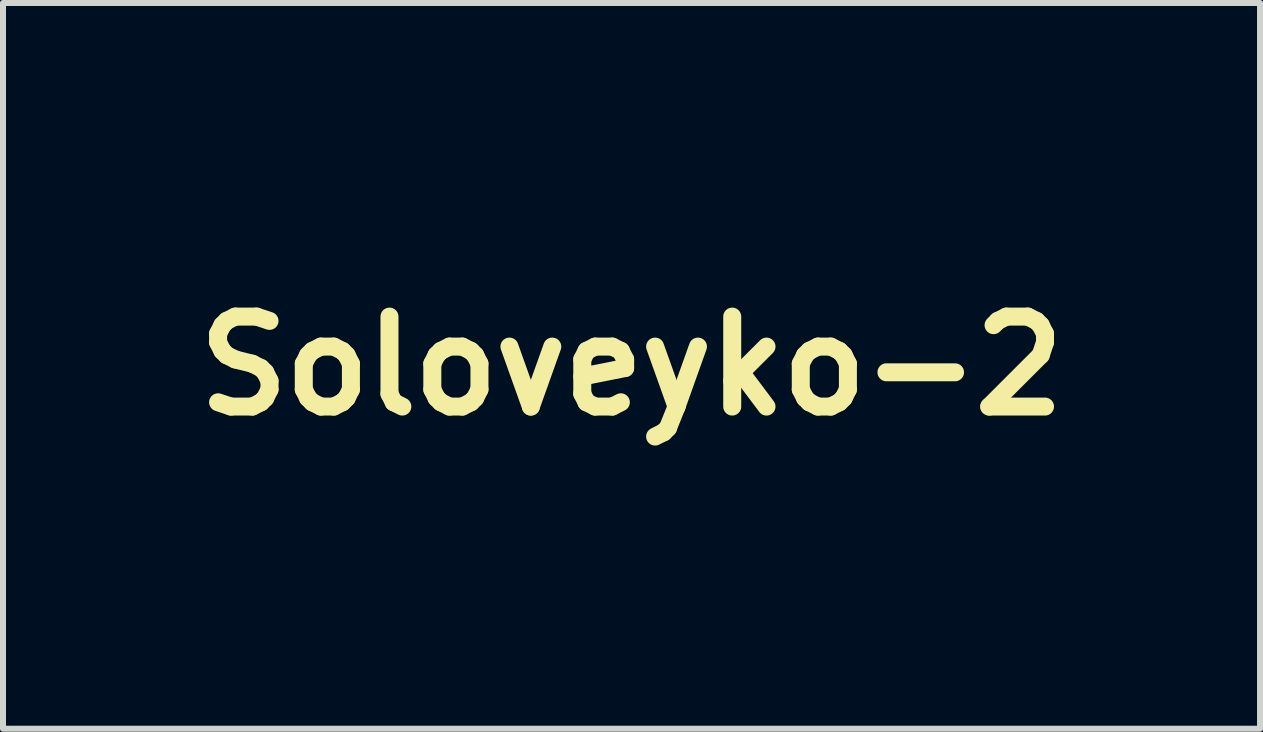
<source format=kicad_pcb>
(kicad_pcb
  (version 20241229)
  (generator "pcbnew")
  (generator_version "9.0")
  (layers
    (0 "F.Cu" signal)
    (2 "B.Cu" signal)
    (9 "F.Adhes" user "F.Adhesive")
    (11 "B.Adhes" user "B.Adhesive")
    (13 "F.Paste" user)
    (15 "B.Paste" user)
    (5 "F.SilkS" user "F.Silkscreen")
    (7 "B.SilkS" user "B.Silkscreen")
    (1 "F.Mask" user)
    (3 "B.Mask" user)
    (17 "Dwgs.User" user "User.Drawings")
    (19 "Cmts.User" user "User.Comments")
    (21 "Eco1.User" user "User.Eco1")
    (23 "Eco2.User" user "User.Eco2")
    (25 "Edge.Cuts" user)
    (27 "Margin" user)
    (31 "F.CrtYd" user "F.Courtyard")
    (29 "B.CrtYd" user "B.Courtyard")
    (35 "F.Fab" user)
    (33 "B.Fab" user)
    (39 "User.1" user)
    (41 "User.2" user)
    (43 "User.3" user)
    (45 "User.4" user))
  (footprint "Soloveyko-2"
    (layer "F.Cu")
    (at 7.479 3.05)
    (property "Reference" "Soloveyko-2" (at 0 0 0) (layer "F.SilkS") (effects (font (size 1.5 1.5) (thickness 0.3))))
    (attr board_only exclude_from_pos_files exclude_from_bom)
    (fp_poly (pts (xy 0.696 -0.667) (xy 0.702 -0.666) (xy 0.709 -0.664) (xy 0.719 -0.662) (xy 0.728 -0.659) (xy 0.738 -0.656) (xy 0.748 -0.653) (xy 0.756 -0.65) (xy 0.763 -0.647) (xy 0.775 -0.64) (xy 0.785 -0.631) (xy 0.794 -0.62) (xy 0.8 -0.607) (xy 0.804 -0.594) (xy 0.806 -0.58) (xy 0.805 -0.569) (xy 0.805 -0.567) (xy 0.803 -0.561) (xy 0.801 -0.553) (xy 0.798 -0.544) (xy 0.794 -0.532) (xy 0.79 -0.519) (xy 0.786 -0.505) (xy 0.781 -0.49) (xy 0.776 -0.474) (xy 0.771 -0.458) (xy 0.765 -0.441) (xy 0.76 -0.424) (xy 0.754 -0.408) (xy 0.749 -0.392) (xy 0.744 -0.377) (xy 0.74 -0.362) (xy 0.735 -0.35) (xy 0.731 -0.338) (xy 0.728 -0.329) (xy 0.725 -0.321) (xy 0.723 -0.316) (xy 0.722 -0.313) (xy 0.715 -0.301) (xy 0.706 -0.291) (xy 0.695 -0.283) (xy 0.683 -0.276) (xy 0.678 -0.275) (xy 0.67 -0.273) (xy 0.661 -0.272) (xy 0.654 -0.272) (xy 0.649 -0.272) (xy 0.645 -0.272) (xy 0.64 -0.273) (xy 0.636 -0.274) (xy 0.63 -0.276) (xy 0.622 -0.278) (xy 0.614 -0.28) (xy 0.602 -0.284) (xy 0.592 -0.288) (xy 0.585 -0.291) (xy 0.578 -0.294) (xy 0.573 -0.297) (xy 0.568 -0.301) (xy 0.563 -0.306) (xy 0.563 -0.306) (xy 0.554 -0.317) (xy 0.548 -0.329) (xy 0.543 -0.342) (xy 0.541 -0.355) (xy 0.541 -0.368) (xy 0.542 -0.37) (xy 0.542 -0.373) (xy 0.544 -0.378) (xy 0.546 -0.386) (xy 0.549 -0.396) (xy 0.553 -0.408) (xy 0.557 -0.421) (xy 0.562 -0.435) (xy 0.567 -0.45) (xy 0.572 -0.466) (xy 0.577 -0.483) (xy 0.582 -0.5) (xy 0.588 -0.516) (xy 0.593 -0.533) (xy 0.599 -0.549) (xy 0.604 -0.564) (xy 0.608 -0.578) (xy 0.613 -0.591) (xy 0.616 -0.602) (xy 0.62 -0.612) (xy 0.622 -0.619) (xy 0.624 -0.624) (xy 0.626 -0.627) (xy 0.633 -0.639) (xy 0.643 -0.648) (xy 0.654 -0.656) (xy 0.667 -0.662) (xy 0.68 -0.666) (xy 0.694 -0.667)) (stroke (width 0.1) (type solid)) (fill no) (layer "Eco1.User"))
    (fp_poly (pts (xy 1.758 -0.569) (xy 1.768 -0.569) (xy 1.775 -0.569) (xy 1.781 -0.568) (xy 1.786 -0.568) (xy 1.791 -0.567) (xy 1.796 -0.565) (xy 1.797 -0.565) (xy 1.817 -0.558) (xy 1.836 -0.549) (xy 1.853 -0.537) (xy 1.868 -0.523) (xy 1.882 -0.508) (xy 1.893 -0.49) (xy 1.902 -0.471) (xy 1.908 -0.454) (xy 1.91 -0.449) (xy 1.911 -0.444) (xy 1.911 -0.439) (xy 1.912 -0.434) (xy 1.912 -0.428) (xy 1.912 -0.42) (xy 1.912 -0.414) (xy 1.912 -0.403) (xy 1.912 -0.396) (xy 1.911 -0.389) (xy 1.911 -0.384) (xy 1.91 -0.38) (xy 1.909 -0.376) (xy 1.902 -0.355) (xy 1.892 -0.336) (xy 1.88 -0.319) (xy 1.866 -0.303) (xy 1.851 -0.29) (xy 1.833 -0.278) (xy 1.814 -0.269) (xy 1.808 -0.267) (xy 1.806 -0.266) (xy 1.8 -0.265) (xy 1.792 -0.263) (xy 1.782 -0.261) (xy 1.77 -0.259) (xy 1.757 -0.256) (xy 1.741 -0.253) (xy 1.724 -0.25) (xy 1.707 -0.247) (xy 1.688 -0.243) (xy 1.668 -0.239) (xy 1.648 -0.236) (xy 1.627 -0.232) (xy 1.607 -0.228) (xy 1.586 -0.224) (xy 1.566 -0.22) (xy 1.547 -0.217) (xy 1.528 -0.213) (xy 1.51 -0.21) (xy 1.493 -0.207) (xy 1.478 -0.204) (xy 1.464 -0.202) (xy 1.452 -0.2) (xy 1.442 -0.198) (xy 1.435 -0.197) (xy 1.429 -0.196) (xy 1.428 -0.196) (xy 1.422 -0.196) (xy 1.417 -0.195) (xy 1.413 -0.195) (xy 1.409 -0.195) (xy 1.403 -0.196) (xy 1.398 -0.196) (xy 1.377 -0.2) (xy 1.358 -0.206) (xy 1.339 -0.215) (xy 1.321 -0.227) (xy 1.305 -0.241) (xy 1.301 -0.245) (xy 1.289 -0.26) (xy 1.278 -0.276) (xy 1.27 -0.293) (xy 1.264 -0.311) (xy 1.263 -0.315) (xy 1.262 -0.32) (xy 1.261 -0.325) (xy 1.26 -0.331) (xy 1.26 -0.337) (xy 1.26 -0.345) (xy 1.26 -0.352) (xy 1.26 -0.361) (xy 1.26 -0.369) (xy 1.26 -0.374) (xy 1.261 -0.38) (xy 1.262 -0.385) (xy 1.264 -0.39) (xy 1.27 -0.41) (xy 1.28 -0.429) (xy 1.291 -0.446) (xy 1.305 -0.462) (xy 1.32 -0.475) (xy 1.337 -0.487) (xy 1.356 -0.496) (xy 1.365 -0.499) (xy 1.368 -0.5) (xy 1.374 -0.501) (xy 1.382 -0.503) (xy 1.393 -0.505) (xy 1.405 -0.508) (xy 1.421 -0.511) (xy 1.438 -0.514) (xy 1.457 -0.517) (xy 1.477 -0.521) (xy 1.499 -0.526) (xy 1.523 -0.53) (xy 1.548 -0.535) (xy 1.555 -0.536) (xy 1.733 -0.569)) (stroke (width 0.1) (type solid)) (fill no) (layer "Eco1.User"))
    (fp_poly (pts (xy -1.032 2.172) (xy -1.018 2.173) (xy -1.011 2.174) (xy -0.99 2.179) (xy -0.972 2.186) (xy -0.954 2.195) (xy -0.941 2.203) (xy -0.939 2.204) (xy -0.935 2.208) (xy -0.928 2.213) (xy -0.92 2.22) (xy -0.911 2.228) (xy -0.899 2.237) (xy -0.886 2.248) (xy -0.872 2.26) (xy -0.857 2.273) (xy -0.84 2.288) (xy -0.822 2.303) (xy -0.804 2.318) (xy -0.785 2.335) (xy -0.765 2.352) (xy -0.744 2.369) (xy -0.723 2.387) (xy -0.702 2.405) (xy -0.681 2.423) (xy -0.66 2.442) (xy -0.638 2.46) (xy -0.617 2.478) (xy -0.596 2.496) (xy -0.576 2.513) (xy -0.556 2.53) (xy -0.537 2.547) (xy -0.518 2.563) (xy -0.501 2.578) (xy -0.484 2.592) (xy -0.469 2.605) (xy -0.455 2.618) (xy -0.442 2.629) (xy -0.431 2.639) (xy -0.421 2.647) (xy -0.413 2.654) (xy -0.407 2.659) (xy -0.403 2.663) (xy -0.401 2.665) (xy -0.386 2.682) (xy -0.373 2.702) (xy -0.363 2.723) (xy -0.355 2.746) (xy -0.352 2.755) (xy -0.35 2.767) (xy -0.348 2.781) (xy -0.348 2.795) (xy -0.348 2.81) (xy -0.348 2.824) (xy -0.349 2.833) (xy -0.355 2.856) (xy -0.363 2.878) (xy -0.373 2.899) (xy -0.385 2.918) (xy -0.4 2.936) (xy -0.416 2.952) (xy -0.435 2.966) (xy -0.455 2.978) (xy -0.476 2.987) (xy -0.499 2.994) (xy -0.506 2.996) (xy -0.516 2.997) (xy -0.528 2.999) (xy -0.54 2.999) (xy -0.552 3) (xy -0.563 2.999) (xy -0.571 2.998) (xy -0.594 2.994) (xy -0.616 2.987) (xy -0.638 2.977) (xy -0.658 2.965) (xy -0.666 2.96) (xy -0.668 2.958) (xy -0.672 2.954) (xy -0.679 2.949) (xy -0.687 2.942) (xy -0.697 2.933) (xy -0.708 2.924) (xy -0.721 2.913) (xy -0.735 2.901) (xy -0.751 2.887) (xy -0.767 2.873) (xy -0.785 2.858) (xy -0.803 2.843) (xy -0.822 2.826) (xy -0.842 2.809) (xy -0.862 2.792) (xy -0.883 2.774) (xy -0.904 2.756) (xy -0.925 2.738) (xy -0.946 2.72) (xy -0.967 2.702) (xy -0.988 2.684) (xy -1.008 2.666) (xy -1.028 2.649) (xy -1.048 2.632) (xy -1.067 2.616) (xy -1.085 2.6) (xy -1.102 2.585) (xy -1.118 2.571) (xy -1.133 2.558) (xy -1.147 2.547) (xy -1.159 2.536) (xy -1.17 2.527) (xy -1.179 2.519) (xy -1.186 2.512) (xy -1.192 2.507) (xy -1.195 2.504) (xy -1.197 2.503) (xy -1.211 2.485) (xy -1.224 2.465) (xy -1.234 2.443) (xy -1.241 2.42) (xy -1.244 2.408) (xy -1.246 2.396) (xy -1.247 2.381) (xy -1.248 2.366) (xy -1.247 2.351) (xy -1.246 2.338) (xy -1.244 2.33) (xy -1.238 2.307) (xy -1.229 2.285) (xy -1.218 2.264) (xy -1.205 2.245) (xy -1.19 2.229) (xy -1.172 2.213) (xy -1.153 2.199) (xy -1.132 2.189) (xy -1.11 2.18) (xy -1.088 2.174) (xy -1.076 2.172) (xy -1.062 2.171) (xy -1.046 2.171)) (stroke (width 0.1) (type solid)) (fill no) (layer "Eco1.User"))
    (fp_poly (pts (xy 0.693 -1.741) (xy 0.706 -1.741) (xy 0.717 -1.74) (xy 0.728 -1.739) (xy 0.736 -1.738) (xy 0.738 -1.738) (xy 0.767 -1.731) (xy 0.795 -1.722) (xy 0.821 -1.711) (xy 0.845 -1.697) (xy 0.868 -1.681) (xy 0.89 -1.662) (xy 0.903 -1.65) (xy 0.922 -1.629) (xy 0.938 -1.606) (xy 0.952 -1.582) (xy 0.963 -1.556) (xy 0.971 -1.529) (xy 0.977 -1.501) (xy 0.979 -1.491) (xy 0.98 -1.481) (xy 0.981 -1.47) (xy 0.981 -1.457) (xy 0.981 -1.444) (xy 0.981 -1.431) (xy 0.981 -1.419) (xy 0.98 -1.409) (xy 0.98 -1.406) (xy 0.976 -1.384) (xy 0.97 -1.363) (xy 0.961 -1.344) (xy 0.951 -1.326) (xy 0.94 -1.31) (xy 0.926 -1.296) (xy 0.916 -1.288) (xy 0.91 -1.283) (xy 0.931 -1.271) (xy 0.978 -1.24) (xy 1.025 -1.207) (xy 1.07 -1.172) (xy 1.113 -1.135) (xy 1.155 -1.095) (xy 1.195 -1.054) (xy 1.232 -1.01) (xy 1.244 -0.996) (xy 1.278 -0.951) (xy 1.31 -0.905) (xy 1.34 -0.857) (xy 1.367 -0.809) (xy 1.392 -0.759) (xy 1.406 -0.727) (xy 1.412 -0.713) (xy 1.417 -0.701) (xy 1.421 -0.691) (xy 1.424 -0.683) (xy 1.426 -0.677) (xy 1.426 -0.674) (xy 1.426 -0.673) (xy 1.425 -0.672) (xy 1.421 -0.671) (xy 1.415 -0.669) (xy 1.407 -0.666) (xy 1.399 -0.663) (xy 1.389 -0.66) (xy 1.38 -0.657) (xy 1.37 -0.654) (xy 1.361 -0.651) (xy 1.353 -0.648) (xy 1.345 -0.646) (xy 1.34 -0.644) (xy 1.336 -0.643) (xy 1.335 -0.643) (xy 1.334 -0.644) (xy 1.333 -0.648) (xy 1.331 -0.653) (xy 1.328 -0.66) (xy 1.327 -0.661) (xy 1.308 -0.706) (xy 1.287 -0.751) (xy 1.263 -0.795) (xy 1.237 -0.838) (xy 1.226 -0.855) (xy 1.194 -0.901) (xy 1.159 -0.945) (xy 1.123 -0.987) (xy 1.084 -1.028) (xy 1.043 -1.066) (xy 1.001 -1.103) (xy 0.956 -1.137) (xy 0.91 -1.168) (xy 0.866 -1.195) (xy 0.854 -1.203) (xy 0.839 -1.21) (xy 0.824 -1.218) (xy 0.808 -1.227) (xy 0.791 -1.235) (xy 0.775 -1.242) (xy 0.759 -1.25) (xy 0.744 -1.256) (xy 0.731 -1.262) (xy 0.719 -1.267) (xy 0.712 -1.27) (xy 0.707 -1.271) (xy 0.702 -1.271) (xy 0.697 -1.271) (xy 0.695 -1.27) (xy 0.681 -1.267) (xy 0.668 -1.261) (xy 0.654 -1.252) (xy 0.641 -1.241) (xy 0.637 -1.237) (xy 0.631 -1.231) (xy 0.625 -1.224) (xy 0.62 -1.218) (xy 0.615 -1.211) (xy 0.609 -1.202) (xy 0.603 -1.192) (xy 0.597 -1.183) (xy 0.592 -1.174) (xy 0.587 -1.165) (xy 0.581 -1.156) (xy 0.575 -1.147) (xy 0.569 -1.137) (xy 0.562 -1.126) (xy 0.554 -1.114) (xy 0.545 -1.1) (xy 0.535 -1.085) (xy 0.524 -1.069) (xy 0.511 -1.05) (xy 0.502 -1.037) (xy 0.491 -1.02) (xy 0.481 -1.006) (xy 0.473 -0.993) (xy 0.466 -0.983) (xy 0.459 -0.973) (xy 0.453 -0.965) (xy 0.449 -0.958) (xy 0.444 -0.952) (xy 0.44 -0.947) (xy 0.436 -0.942) (xy 0.432 -0.937) (xy 0.428 -0.932) (xy 0.424 -0.928) (xy 0.397 -0.898) (xy 0.369 -0.869) (xy 0.339 -0.841) (xy 0.308 -0.815) (xy 0.277 -0.79) (xy 0.245 -0.768) (xy 0.213 -0.747) (xy 0.181 -0.729) (xy 0.149 -0.713) (xy 0.123 -0.702) (xy 0.097 -0.692) (xy 0.072 -0.685) (xy 0.047 -0.679) (xy 0.021 -0.675) (xy -0.007 -0.672) (xy -0.011 -0.672) (xy -0.027 -0.671) (xy -0.042 -0.671) (xy -0.056 -0.672) (xy -0.068 -0.673) (xy -0.079 -0.676) (xy -0.087 -0.678) (xy -0.091 -0.68) (xy -0.095 -0.684) (xy -0.099 -0.688) (xy -0.101 -0.694) (xy -0.102 -0.698) (xy -0.104 -0.706) (xy -0.104 -0.715) (xy -0.102 -0.723) (xy -0.099 -0.73) (xy -0.093 -0.738) (xy -0.085 -0.747) (xy -0.074 -0.756) (xy -0.061 -0.765) (xy -0.056 -0.769) (xy -0.039 -0.781) (xy -0.022 -0.796) (xy -0.005 -0.813) (xy 0.012 -0.833) (xy 0.029 -0.854) (xy 0.045 -0.876) (xy 0.061 -0.9) (xy 0.071 -0.917) (xy 0.078 -0.93) (xy 0.085 -0.943) (xy 0.092 -0.957) (xy 0.099 -0.971) (xy 0.105 -0.986) (xy 0.112 -1.002) (xy 0.119 -1.019) (xy 0.127 -1.038) (xy 0.134 -1.059) (xy 0.143 -1.082) (xy 0.151 -1.107) (xy 0.161 -1.134) (xy 0.163 -1.141) (xy 0.172 -1.166) (xy 0.18 -1.189) (xy 0.187 -1.21) (xy 0.194 -1.228) (xy 0.2 -1.246) (xy 0.206 -1.261) (xy 0.212 -1.276) (xy 0.217 -1.29) (xy 0.223 -1.304) (xy 0.228 -1.315) (xy 0.231 -1.323) (xy 0.233 -1.329) (xy 0.235 -1.334) (xy 0.236 -1.337) (xy 0.237 -1.338) (xy 0.235 -1.338) (xy 0.231 -1.338) (xy 0.225 -1.338) (xy 0.218 -1.337) (xy 0.214 -1.336) (xy 0.159 -1.329) (xy 0.104 -1.319) (xy 0.05 -1.307) (xy -0.003 -1.291) (xy -0.056 -1.273) (xy -0.107 -1.252) (xy -0.157 -1.229) (xy -0.205 -1.204) (xy -0.252 -1.176) (xy -0.298 -1.145) (xy -0.342 -1.113) (xy -0.385 -1.078) (xy -0.426 -1.04) (xy -0.465 -1.001) (xy -0.502 -0.959) (xy -0.537 -0.916) (xy -0.551 -0.898) (xy -0.554 -0.893) (xy -0.559 -0.887) (xy -0.565 -0.88) (xy -0.572 -0.871) (xy -0.581 -0.861) (xy -0.59 -0.85) (xy -0.599 -0.838) (xy -0.609 -0.826) (xy -0.62 -0.813) (xy -0.63 -0.801) (xy -0.641 -0.788) (xy -0.651 -0.776) (xy -0.661 -0.764) (xy -0.67 -0.753) (xy -0.679 -0.743) (xy -0.687 -0.734) (xy -0.694 -0.726) (xy -0.699 -0.72) (xy -0.703 -0.715) (xy -0.706 -0.712) (xy -0.707 -0.711) (xy -0.708 -0.71) (xy -0.711 -0.707) (xy -0.716 -0.702) (xy -0.722 -0.695) (xy -0.729 -0.686) (xy -0.738 -0.675) (xy -0.749 -0.663) (xy -0.76 -0.65) (xy -0.773 -0.635) (xy -0.786 -0.619) (xy -0.801 -0.601) (xy -0.816 -0.583) (xy -0.832 -0.564) (xy -0.849 -0.544) (xy -0.866 -0.524) (xy -0.884 -0.502) (xy -0.902 -0.481) (xy -0.921 -0.459) (xy -0.939 -0.437) (xy -0.958 -0.415) (xy -0.976 -0.393) (xy -0.995 -0.371) (xy -1.013 -0.349) (xy -1.031 -0.327) (xy -1.049 -0.306) (xy -1.066 -0.286) (xy -1.082 -0.266) (xy -1.098 -0.247) (xy -1.113 -0.229) (xy -1.127 -0.212) (xy -1.14 -0.197) (xy -1.152 -0.182) (xy -1.163 -0.169) (xy -1.173 -0.157) (xy -1.181 -0.147) (xy -1.188 -0.138) (xy -1.194 -0.132) (xy -1.197 -0.127) (xy -1.199 -0.124) (xy -1.2 -0.124) (xy -1.201 -0.122) (xy -1.204 -0.119) (xy -1.208 -0.114) (xy -1.214 -0.106) (xy -1.221 -0.098) (xy -1.23 -0.087) (xy -1.24 -0.075) (xy -1.251 -0.062) (xy -1.263 -0.047) (xy -1.276 -0.032) (xy -1.289 -0.015) (xy -1.304 0.002) (xy -1.319 0.02) (xy -1.334 0.039) (xy -1.35 0.057) (xy -1.366 0.077) (xy -1.382 0.096) (xy -1.398 0.116) (xy -1.415 0.135) (xy -1.431 0.154) (xy -1.446 0.173) (xy -1.462 0.191) (xy -1.477 0.209) (xy -1.491 0.226) (xy -1.504 0.242) (xy -1.517 0.257) (xy -1.529 0.271) (xy -1.539 0.283) (xy -1.549 0.295) (xy -1.557 0.304) (xy -1.564 0.312) (xy -1.57 0.319) (xy -1.574 0.323) (xy -1.576 0.326) (xy -1.576 0.326) (xy -1.585 0.332) (xy -1.595 0.336) (xy -1.607 0.338) (xy -1.618 0.337) (xy -1.628 0.334) (xy -1.635 0.331) (xy -1.638 0.329) (xy -1.642 0.325) (xy -1.648 0.319) (xy -1.655 0.312) (xy -1.664 0.302) (xy -1.675 0.291) (xy -1.687 0.278) (xy -1.701 0.263) (xy -1.716 0.246) (xy -1.734 0.227) (xy -1.753 0.206) (xy -1.774 0.183) (xy -1.79 0.165) (xy -1.814 0.139) (xy -1.835 0.115) (xy -1.856 0.092) (xy -1.875 0.072) (xy -1.892 0.053) (xy -1.908 0.036) (xy -1.923 0.019) (xy -1.938 0.005) (xy -1.951 -0.009) (xy -1.964 -0.022) (xy -1.976 -0.035) (xy -1.988 -0.046) (xy -1.999 -0.057) (xy -2.011 -0.068) (xy -2.022 -0.079) (xy -2.033 -0.089) (xy -2.06 -0.112) (xy -2.086 -0.133) (xy -2.112 -0.151) (xy -2.136 -0.167) (xy -2.159 -0.181) (xy -2.182 -0.192) (xy -2.203 -0.2) (xy -2.224 -0.206) (xy -2.236 -0.209) (xy -2.259 -0.211) (xy -2.282 -0.21) (xy -2.304 -0.207) (xy -2.325 -0.201) (xy -2.345 -0.192) (xy -2.363 -0.181) (xy -2.381 -0.167) (xy -2.385 -0.164) (xy -2.401 -0.147) (xy -2.414 -0.129) (xy -2.424 -0.11) (xy -2.432 -0.089) (xy -2.437 -0.068) (xy -2.439 -0.044) (xy -2.44 -0.041) (xy -2.44 -0.034) (xy -2.441 -0.028) (xy -2.441 -0.023) (xy -2.442 -0.021) (xy -2.446 -0.011) (xy -2.453 -0.002) (xy -2.461 0.005) (xy -2.47 0.01) (xy -2.473 0.011) (xy -2.478 0.012) (xy -2.485 0.013) (xy -2.492 0.013) (xy -2.498 0.012) (xy -2.503 0.011) (xy -2.508 0.01) (xy -2.514 0.007) (xy -2.517 0.005) (xy -2.538 -0.003) (xy -2.561 -0.01) (xy -2.567 -0.011) (xy -2.575 -0.012) (xy -2.585 -0.013) (xy -2.597 -0.014) (xy -2.609 -0.014) (xy -2.621 -0.014) (xy -2.632 -0.013) (xy -2.642 -0.012) (xy -2.65 -0.011) (xy -2.674 -0.004) (xy -2.698 0.005) (xy -2.72 0.017) (xy -2.739 0.03) (xy -2.758 0.046) (xy -2.774 0.064) (xy -2.788 0.084) (xy -2.8 0.105) (xy -2.809 0.128) (xy -2.817 0.152) (xy -2.82 0.169) (xy -2.821 0.177) (xy -2.821 0.187) (xy -2.822 0.198) (xy -2.821 0.209) (xy -2.821 0.22) (xy -2.82 0.229) (xy -2.82 0.229) (xy -2.819 0.235) (xy -2.817 0.243) (xy -2.815 0.252) (xy -2.814 0.257) (xy -2.811 0.27) (xy -2.81 0.281) (xy -2.811 0.29) (xy -2.814 0.299) (xy -2.819 0.307) (xy -2.823 0.312) (xy -2.827 0.316) (xy -2.831 0.319) (xy -2.836 0.322) (xy -2.842 0.324) (xy -2.85 0.326) (xy -2.859 0.327) (xy -2.871 0.329) (xy -2.89 0.331) (xy -2.907 0.333) (xy -2.921 0.336) (xy -2.935 0.339) (xy -2.947 0.343) (xy -2.958 0.347) (xy -2.969 0.352) (xy -2.985 0.361) (xy -2.999 0.372) (xy -3.01 0.384) (xy -3.021 0.398) (xy -3.029 0.414) (xy -3.036 0.433) (xy -3.041 0.453) (xy -3.043 0.463) (xy -3.045 0.476) (xy -3.046 0.49) (xy -3.046 0.504) (xy -3.045 0.517) (xy -3.043 0.528) (xy -3.042 0.529) (xy -3.036 0.55) (xy -3.027 0.57) (xy -3.015 0.59) (xy -3.006 0.603) (xy -3.001 0.61) (xy -2.994 0.617) (xy -2.987 0.625) (xy -2.978 0.634) (xy -2.967 0.644) (xy -2.954 0.655) (xy -2.94 0.668) (xy -2.924 0.682) (xy -2.907 0.696) (xy -2.888 0.712) (xy -2.868 0.73) (xy -2.845 0.749) (xy -2.821 0.771) (xy -2.795 0.793) (xy -2.767 0.817) (xy -2.738 0.843) (xy -2.708 0.87) (xy -2.676 0.898) (xy -2.643 0.927) (xy -2.609 0.957) (xy -2.574 0.989) (xy -2.538 1.021) (xy -2.501 1.054) (xy -2.463 1.088) (xy -2.425 1.122) (xy -2.424 1.123) (xy -2.414 1.132) (xy -2.404 1.141) (xy -2.395 1.149) (xy -2.387 1.156) (xy -2.38 1.162) (xy -2.374 1.166) (xy -2.371 1.169) (xy -2.369 1.17) (xy -2.369 1.17) (xy -2.368 1.171) (xy -2.364 1.174) (xy -2.36 1.178) (xy -2.353 1.184) (xy -2.344 1.192) (xy -2.334 1.201) (xy -2.321 1.212) (xy -2.307 1.225) (xy -2.291 1.239) (xy -2.272 1.255) (xy -2.252 1.274) (xy -2.23 1.294) (xy -2.205 1.315) (xy -2.178 1.339) (xy -2.171 1.346) (xy -2.165 1.351) (xy -2.158 1.358) (xy -2.15 1.365) (xy -2.14 1.373) (xy -2.13 1.382) (xy -2.118 1.392) (xy -2.105 1.403) (xy -2.091 1.415) (xy -2.075 1.429) (xy -2.058 1.443) (xy -2.039 1.459) (xy -2.019 1.476) (xy -1.997 1.495) (xy -1.973 1.515) (xy -1.948 1.536) (xy -1.921 1.559) (xy -1.892 1.583) (xy -1.861 1.609) (xy -1.828 1.637) (xy -1.794 1.666) (xy -1.757 1.697) (xy -1.718 1.729) (xy -1.677 1.764) (xy -1.664 1.775) (xy -1.626 1.807) (xy -1.59 1.837) (xy -1.556 1.865) (xy -1.524 1.892) (xy -1.494 1.917) (xy -1.466 1.94) (xy -1.44 1.962) (xy -1.416 1.983) (xy -1.394 2.002) (xy -1.373 2.019) (xy -1.354 2.035) (xy -1.336 2.05) (xy -1.32 2.064) (xy -1.305 2.076) (xy -1.292 2.087) (xy -1.28 2.098) (xy -1.269 2.107) (xy -1.26 2.115) (xy -1.251 2.122) (xy -1.244 2.128) (xy -1.237 2.134) (xy -1.232 2.139) (xy -1.228 2.143) (xy -1.224 2.146) (xy -1.221 2.149) (xy -1.219 2.151) (xy -1.217 2.153) (xy -1.216 2.154) (xy -1.215 2.154) (xy -1.215 2.155) (xy -1.215 2.156) (xy -1.216 2.158) (xy -1.217 2.16) (xy -1.219 2.162) (xy -1.223 2.166) (xy -1.227 2.171) (xy -1.233 2.177) (xy -1.241 2.185) (xy -1.247 2.191) (xy -1.255 2.199) (xy -1.263 2.207) (xy -1.269 2.213) (xy -1.274 2.218) (xy -1.278 2.222) (xy -1.28 2.224) (xy -1.281 2.224) (xy -1.282 2.223) (xy -1.285 2.22) (xy -1.29 2.216) (xy -1.298 2.209) (xy -1.307 2.202) (xy -1.318 2.192) (xy -1.331 2.182) (xy -1.346 2.169) (xy -1.362 2.156) (xy -1.38 2.141) (xy -1.399 2.124) (xy -1.42 2.107) (xy -1.442 2.089) (xy -1.465 2.069) (xy -1.49 2.049) (xy -1.515 2.027) (xy -1.542 2.005) (xy -1.57 1.982) (xy -1.598 1.958) (xy -1.628 1.933) (xy -1.658 1.908) (xy -1.688 1.882) (xy -1.72 1.856) (xy -1.728 1.848) (xy -1.76 1.822) (xy -1.792 1.795) (xy -1.822 1.77) (xy -1.853 1.744) (xy -1.882 1.719) (xy -1.911 1.695) (xy -1.939 1.671) (xy -1.966 1.649) (xy -1.992 1.627) (xy -2.017 1.605) (xy -2.041 1.585) (xy -2.064 1.566) (xy -2.085 1.548) (xy -2.105 1.531) (xy -2.124 1.516) (xy -2.141 1.502) (xy -2.156 1.489) (xy -2.169 1.477) (xy -2.181 1.467) (xy -2.191 1.459) (xy -2.199 1.452) (xy -2.204 1.447) (xy -2.208 1.444) (xy -2.208 1.444) (xy -2.23 1.425) (xy -2.251 1.406) (xy -2.271 1.388) (xy -2.29 1.371) (xy -2.308 1.354) (xy -2.325 1.339) (xy -2.342 1.325) (xy -2.356 1.312) (xy -2.37 1.3) (xy -2.382 1.289) (xy -2.392 1.28) (xy -2.401 1.272) (xy -2.408 1.266) (xy -2.414 1.262) (xy -2.417 1.259) (xy -2.418 1.258) (xy -2.419 1.257) (xy -2.423 1.254) (xy -2.428 1.25) (xy -2.434 1.244) (xy -2.442 1.238) (xy -2.451 1.23) (xy -2.461 1.221) (xy -2.472 1.212) (xy -2.473 1.21) (xy -2.513 1.175) (xy -2.552 1.14) (xy -2.59 1.106) (xy -2.627 1.072) (xy -2.664 1.04) (xy -2.699 1.009) (xy -2.733 0.978) (xy -2.766 0.949) (xy -2.798 0.921) (xy -2.828 0.894) (xy -2.857 0.869) (xy -2.884 0.845) (xy -2.91 0.823) (xy -2.934 0.802) (xy -2.956 0.782) (xy -2.977 0.765) (xy -2.995 0.749) (xy -3.011 0.735) (xy -3.013 0.734) (xy -3.033 0.717) (xy -3.05 0.7) (xy -3.065 0.685) (xy -3.077 0.671) (xy -3.08 0.667) (xy -3.098 0.642) (xy -3.113 0.617) (xy -3.125 0.592) (xy -3.134 0.566) (xy -3.14 0.542) (xy -3.142 0.531) (xy -3.143 0.517) (xy -3.143 0.503) (xy -3.143 0.488) (xy -3.143 0.473) (xy -3.141 0.46) (xy -3.141 0.454) (xy -3.135 0.426) (xy -3.127 0.399) (xy -3.118 0.375) (xy -3.106 0.352) (xy -3.093 0.332) (xy -3.078 0.313) (xy -3.06 0.297) (xy -3.041 0.281) (xy -3.036 0.278) (xy -3.019 0.268) (xy -2.999 0.258) (xy -2.977 0.25) (xy -2.955 0.243) (xy -2.933 0.238) (xy -2.927 0.237) (xy -2.922 0.236) (xy -2.919 0.235) (xy -2.918 0.234) (xy -2.918 0.232) (xy -2.918 0.231) (xy -2.919 0.228) (xy -2.919 0.221) (xy -2.919 0.213) (xy -2.919 0.204) (xy -2.919 0.194) (xy -2.919 0.184) (xy -2.918 0.174) (xy -2.918 0.166) (xy -2.917 0.158) (xy -2.917 0.155) (xy -2.911 0.125) (xy -2.902 0.096) (xy -2.891 0.068) (xy -2.877 0.042) (xy -2.861 0.018) (xy -2.843 -0.006) (xy -2.828 -0.021) (xy -2.806 -0.042) (xy -2.782 -0.059) (xy -2.757 -0.075) (xy -2.73 -0.088) (xy -2.702 -0.098) (xy -2.676 -0.105) (xy -2.66 -0.108) (xy -2.646 -0.11) (xy -2.632 -0.112) (xy -2.617 -0.112) (xy -2.608 -0.112) (xy -2.591 -0.112) (xy -2.577 -0.111) (xy -2.564 -0.11) (xy -2.55 -0.107) (xy -2.544 -0.106) (xy -2.538 -0.105) (xy -2.533 -0.104) (xy -2.53 -0.104) (xy -2.53 -0.104) (xy -2.529 -0.105) (xy -2.528 -0.109) (xy -2.526 -0.114) (xy -2.525 -0.119) (xy -2.515 -0.145) (xy -2.503 -0.169) (xy -2.489 -0.192) (xy -2.472 -0.214) (xy -2.453 -0.234) (xy -2.433 -0.251) (xy -2.411 -0.267) (xy -2.387 -0.281) (xy -2.362 -0.292) (xy -2.349 -0.296) (xy -2.322 -0.303) (xy -2.295 -0.307) (xy -2.267 -0.309) (xy -2.239 -0.308) (xy -2.211 -0.304) (xy -2.183 -0.297) (xy -2.156 -0.288) (xy -2.132 -0.277) (xy -2.106 -0.263) (xy -2.079 -0.247) (xy -2.051 -0.229) (xy -2.023 -0.208) (xy -1.997 -0.187) (xy -1.986 -0.178) (xy -1.975 -0.168) (xy -1.964 -0.158) (xy -1.952 -0.147) (xy -1.939 -0.135) (xy -1.925 -0.122) (xy -1.91 -0.107) (xy -1.897 -0.094) (xy -1.887 -0.083) (xy -1.877 -0.073) (xy -1.867 -0.063) (xy -1.857 -0.053) (xy -1.847 -0.042) (xy -1.837 -0.032) (xy -1.827 -0.021) (xy -1.815 -0.009) (xy -1.804 0.004) (xy -1.791 0.018) (xy -1.777 0.034) (xy -1.761 0.05) (xy -1.745 0.069) (xy -1.726 0.09) (xy -1.722 0.094) (xy -1.705 0.113) (xy -1.69 0.13) (xy -1.676 0.145) (xy -1.664 0.158) (xy -1.654 0.17) (xy -1.645 0.18) (xy -1.637 0.188) (xy -1.63 0.195) (xy -1.625 0.201) (xy -1.621 0.206) (xy -1.617 0.209) (xy -1.614 0.212) (xy -1.612 0.213) (xy -1.611 0.214) (xy -1.61 0.215) (xy -1.61 0.215) (xy -1.61 0.215) (xy -1.608 0.213) (xy -1.604 0.209) (xy -1.599 0.203) (xy -1.593 0.195) (xy -1.585 0.186) (xy -1.576 0.175) (xy -1.565 0.162) (xy -1.554 0.149) (xy -1.541 0.134) (xy -1.528 0.118) (xy -1.514 0.102) (xy -1.5 0.084) (xy -1.485 0.066) (xy -1.469 0.048) (xy -1.454 0.029) (xy -1.438 0.01) (xy -1.422 -0.009) (xy -1.406 -0.028) (xy -1.39 -0.047) (xy -1.374 -0.066) (xy -1.359 -0.084) (xy -1.344 -0.102) (xy -1.33 -0.119) (xy -1.317 -0.135) (xy -1.304 -0.151) (xy -1.292 -0.165) (xy -1.282 -0.178) (xy -1.272 -0.189) (xy -1.264 -0.199) (xy -1.256 -0.208) (xy -1.251 -0.215) (xy -1.247 -0.22) (xy -1.245 -0.223) (xy -1.244 -0.224) (xy -1.243 -0.225) (xy -1.24 -0.228) (xy -1.236 -0.234) (xy -1.23 -0.241) (xy -1.222 -0.25) (xy -1.213 -0.261) (xy -1.203 -0.273) (xy -1.192 -0.287) (xy -1.18 -0.302) (xy -1.166 -0.318) (xy -1.152 -0.335) (xy -1.137 -0.354) (xy -1.121 -0.373) (xy -1.104 -0.392) (xy -1.087 -0.413) (xy -1.07 -0.434) (xy -1.052 -0.455) (xy -1.034 -0.476) (xy -1.016 -0.498) (xy -0.997 -0.52) (xy -0.979 -0.542) (xy -0.961 -0.563) (xy -0.943 -0.584) (xy -0.926 -0.605) (xy -0.909 -0.625) (xy -0.892 -0.645) (xy -0.876 -0.664) (xy -0.861 -0.682) (xy -0.847 -0.699) (xy -0.834 -0.714) (xy -0.821 -0.729) (xy -0.81 -0.742) (xy -0.8 -0.754) (xy -0.791 -0.765) (xy -0.784 -0.773) (xy -0.778 -0.78) (xy -0.773 -0.785) (xy -0.771 -0.788) (xy -0.77 -0.789) (xy -0.769 -0.79) (xy -0.766 -0.793) (xy -0.761 -0.798) (xy -0.756 -0.804) (xy -0.749 -0.812) (xy -0.741 -0.821) (xy -0.732 -0.832) (xy -0.723 -0.843) (xy -0.713 -0.855) (xy -0.703 -0.867) (xy -0.692 -0.879) (xy -0.682 -0.892) (xy -0.672 -0.904) (xy -0.662 -0.916) (xy -0.653 -0.927) (xy -0.644 -0.938) (xy -0.636 -0.948) (xy -0.629 -0.956) (xy -0.624 -0.963) (xy -0.619 -0.969) (xy -0.619 -0.969) (xy -0.584 -1.014) (xy -0.547 -1.057) (xy -0.507 -1.098) (xy -0.466 -1.137) (xy -0.422 -1.174) (xy -0.376 -1.21) (xy -0.329 -1.243) (xy -0.279 -1.274) (xy -0.262 -1.284) (xy -0.212 -1.311) (xy -0.161 -1.336) (xy -0.108 -1.358) (xy -0.054 -1.377) (xy 0.001 -1.394) (xy 0.056 -1.409) (xy 0.112 -1.42) (xy 0.169 -1.429) (xy 0.225 -1.436) (xy 0.266 -1.438) (xy 0.288 -1.439) (xy 0.296 -1.454) (xy 0.313 -1.484) (xy 0.33 -1.511) (xy 0.347 -1.536) (xy 0.364 -1.56) (xy 0.382 -1.581) (xy 0.4 -1.602) (xy 0.419 -1.622) (xy 0.423 -1.626) (xy 0.449 -1.649) (xy 0.474 -1.67) (xy 0.5 -1.688) (xy 0.527 -1.703) (xy 0.553 -1.715) (xy 0.581 -1.726) (xy 0.61 -1.733) (xy 0.64 -1.739) (xy 0.65 -1.74) (xy 0.658 -1.741) (xy 0.669 -1.741) (xy 0.68 -1.741)) (stroke (width 0.1) (type solid)) (fill no) (layer "Eco1.User"))
    (fp_poly (pts (xy 1.529 -2.999) (xy 1.566 -2.995) (xy 1.602 -2.988) (xy 1.62 -2.984) (xy 1.656 -2.973) (xy 1.691 -2.96) (xy 1.724 -2.943) (xy 1.756 -2.925) (xy 1.787 -2.903) (xy 1.817 -2.879) (xy 1.845 -2.853) (xy 1.861 -2.836) (xy 1.885 -2.811) (xy 1.91 -2.789) (xy 1.934 -2.77) (xy 1.959 -2.754) (xy 1.983 -2.74) (xy 2.008 -2.73) (xy 2.033 -2.722) (xy 2.057 -2.718) (xy 2.067 -2.717) (xy 2.078 -2.717) (xy 2.091 -2.717) (xy 2.102 -2.718) (xy 2.113 -2.719) (xy 2.119 -2.72) (xy 2.139 -2.726) (xy 2.16 -2.733) (xy 2.175 -2.741) (xy 2.204 -2.756) (xy 2.233 -2.774) (xy 2.261 -2.794) (xy 2.289 -2.814) (xy 2.307 -2.83) (xy 2.32 -2.841) (xy 2.332 -2.85) (xy 2.343 -2.859) (xy 2.355 -2.867) (xy 2.368 -2.876) (xy 2.376 -2.882) (xy 2.411 -2.904) (xy 2.448 -2.923) (xy 2.484 -2.94) (xy 2.521 -2.953) (xy 2.559 -2.964) (xy 2.597 -2.972) (xy 2.635 -2.977) (xy 2.636 -2.977) (xy 2.647 -2.978) (xy 2.66 -2.978) (xy 2.674 -2.978) (xy 2.69 -2.978) (xy 2.705 -2.977) (xy 2.719 -2.977) (xy 2.732 -2.976) (xy 2.744 -2.974) (xy 2.746 -2.974) (xy 2.781 -2.967) (xy 2.816 -2.957) (xy 2.85 -2.945) (xy 2.883 -2.93) (xy 2.915 -2.912) (xy 2.946 -2.891) (xy 2.975 -2.868) (xy 2.977 -2.867) (xy 2.984 -2.861) (xy 2.992 -2.853) (xy 3.001 -2.844) (xy 3.01 -2.835) (xy 3.019 -2.826) (xy 3.027 -2.817) (xy 3.033 -2.81) (xy 3.036 -2.807) (xy 3.059 -2.776) (xy 3.079 -2.745) (xy 3.096 -2.712) (xy 3.111 -2.677) (xy 3.124 -2.642) (xy 3.133 -2.606) (xy 3.14 -2.568) (xy 3.143 -2.549) (xy 3.143 -2.541) (xy 3.144 -2.53) (xy 3.144 -2.517) (xy 3.144 -2.504) (xy 3.144 -2.49) (xy 3.144 -2.477) (xy 3.144 -2.466) (xy 3.143 -2.456) (xy 3.143 -2.451) (xy 3.137 -2.413) (xy 3.129 -2.377) (xy 3.118 -2.341) (xy 3.105 -2.307) (xy 3.089 -2.275) (xy 3.073 -2.246) (xy 3.072 -2.244) (xy 3.069 -2.24) (xy 3.064 -2.233) (xy 3.058 -2.225) (xy 3.05 -2.214) (xy 3.042 -2.202) (xy 3.032 -2.187) (xy 3.021 -2.172) (xy 3.008 -2.154) (xy 2.995 -2.135) (xy 2.981 -2.115) (xy 2.966 -2.094) (xy 2.95 -2.071) (xy 2.933 -2.048) (xy 2.916 -2.023) (xy 2.898 -1.998) (xy 2.88 -1.972) (xy 2.861 -1.945) (xy 2.842 -1.918) (xy 2.822 -1.891) (xy 2.802 -1.863) (xy 2.782 -1.835) (xy 2.763 -1.807) (xy 2.743 -1.778) (xy 2.723 -1.75) (xy 2.703 -1.723) (xy 2.684 -1.695) (xy 2.664 -1.668) (xy 2.646 -1.641) (xy 2.627 -1.615) (xy 2.609 -1.59) (xy 2.592 -1.566) (xy 2.575 -1.542) (xy 2.56 -1.52) (xy 2.544 -1.499) (xy 2.53 -1.479) (xy 2.517 -1.46) (xy 2.505 -1.443) (xy 2.494 -1.427) (xy 2.484 -1.413) (xy 2.475 -1.401) (xy 2.468 -1.391) (xy 2.462 -1.382) (xy 2.457 -1.376) (xy 2.454 -1.372) (xy 2.453 -1.371) (xy 2.431 -1.344) (xy 2.407 -1.318) (xy 2.381 -1.294) (xy 2.353 -1.272) (xy 2.335 -1.26) (xy 2.316 -1.248) (xy 2.297 -1.237) (xy 2.277 -1.226) (xy 2.257 -1.216) (xy 2.238 -1.208) (xy 2.23 -1.205) (xy 2.226 -1.203) (xy 2.223 -1.202) (xy 2.221 -1.201) (xy 2.222 -1.2) (xy 2.224 -1.197) (xy 2.226 -1.194) (xy 2.229 -1.189) (xy 2.232 -1.184) (xy 2.233 -1.181) (xy 2.234 -1.175) (xy 2.234 -1.168) (xy 2.233 -1.16) (xy 2.232 -1.153) (xy 2.231 -1.147) (xy 2.231 -1.147) (xy 2.229 -1.144) (xy 2.229 -1.142) (xy 2.229 -1.142) (xy 2.23 -1.142) (xy 2.234 -1.143) (xy 2.24 -1.145) (xy 2.247 -1.148) (xy 2.255 -1.151) (xy 2.263 -1.155) (xy 2.271 -1.159) (xy 2.285 -1.165) (xy 2.297 -1.172) (xy 2.309 -1.18) (xy 2.321 -1.188) (xy 2.329 -1.194) (xy 2.343 -1.204) (xy 2.36 -1.215) (xy 2.378 -1.226) (xy 2.398 -1.238) (xy 2.421 -1.251) (xy 2.426 -1.254) (xy 2.447 -1.265) (xy 2.469 -1.274) (xy 2.49 -1.282) (xy 2.51 -1.288) (xy 2.525 -1.292) (xy 2.536 -1.293) (xy 2.55 -1.294) (xy 2.564 -1.294) (xy 2.578 -1.294) (xy 2.591 -1.293) (xy 2.603 -1.291) (xy 2.603 -1.291) (xy 2.626 -1.285) (xy 2.648 -1.277) (xy 2.669 -1.267) (xy 2.691 -1.254) (xy 2.707 -1.242) (xy 2.712 -1.238) (xy 2.716 -1.235) (xy 2.719 -1.233) (xy 2.719 -1.232) (xy 2.719 -1.231) (xy 2.716 -1.227) (xy 2.712 -1.223) (xy 2.708 -1.217) (xy 2.704 -1.212) (xy 2.688 -1.194) (xy 2.677 -1.202) (xy 2.658 -1.215) (xy 2.638 -1.226) (xy 2.617 -1.235) (xy 2.597 -1.24) (xy 2.588 -1.242) (xy 2.568 -1.244) (xy 2.548 -1.243) (xy 2.527 -1.24) (xy 2.506 -1.234) (xy 2.493 -1.229) (xy 2.482 -1.225) (xy 2.47 -1.219) (xy 2.457 -1.212) (xy 2.442 -1.204) (xy 2.427 -1.196) (xy 2.412 -1.188) (xy 2.398 -1.179) (xy 2.385 -1.171) (xy 2.373 -1.163) (xy 2.366 -1.158) (xy 2.352 -1.148) (xy 2.339 -1.139) (xy 2.328 -1.132) (xy 2.317 -1.125) (xy 2.307 -1.12) (xy 2.297 -1.115) (xy 2.269 -1.102) (xy 2.239 -1.091) (xy 2.209 -1.082) (xy 2.186 -1.077) (xy 2.179 -1.076) (xy 2.174 -1.075) (xy 2.17 -1.074) (xy 2.169 -1.073) (xy 2.17 -1.072) (xy 2.172 -1.069) (xy 2.175 -1.065) (xy 2.18 -1.06) (xy 2.18 -1.06) (xy 2.193 -1.044) (xy 2.208 -1.027) (xy 2.222 -1.008) (xy 2.236 -0.989) (xy 2.25 -0.97) (xy 2.261 -0.952) (xy 2.284 -0.914) (xy 2.305 -0.874) (xy 2.325 -0.833) (xy 2.342 -0.791) (xy 2.353 -0.762) (xy 2.356 -0.754) (xy 2.358 -0.747) (xy 2.36 -0.741) (xy 2.361 -0.737) (xy 2.361 -0.736) (xy 2.362 -0.733) (xy 2.361 -0.732) (xy 2.359 -0.73) (xy 2.354 -0.729) (xy 2.354 -0.729) (xy 2.35 -0.728) (xy 2.343 -0.726) (xy 2.336 -0.724) (xy 2.331 -0.722) (xy 2.314 -0.717) (xy 2.307 -0.739) (xy 2.303 -0.75) (xy 2.299 -0.762) (xy 2.295 -0.774) (xy 2.29 -0.785) (xy 2.286 -0.796) (xy 2.282 -0.806) (xy 2.278 -0.814) (xy 2.275 -0.821) (xy 2.272 -0.826) (xy 2.27 -0.829) (xy 2.269 -0.83) (xy 2.267 -0.83) (xy 2.263 -0.829) (xy 2.257 -0.827) (xy 2.249 -0.825) (xy 2.239 -0.822) (xy 2.229 -0.82) (xy 2.227 -0.819) (xy 2.216 -0.816) (xy 2.205 -0.813) (xy 2.196 -0.811) (xy 2.188 -0.809) (xy 2.181 -0.808) (xy 2.177 -0.807) (xy 2.177 -0.807) (xy 2.168 -0.807) (xy 2.158 -0.808) (xy 2.147 -0.81) (xy 2.134 -0.814) (xy 2.132 -0.815) (xy 2.126 -0.817) (xy 2.12 -0.818) (xy 2.117 -0.819) (xy 2.116 -0.819) (xy 2.116 -0.818) (xy 2.116 -0.814) (xy 2.118 -0.809) (xy 2.119 -0.804) (xy 2.13 -0.758) (xy 2.14 -0.715) (xy 2.148 -0.674) (xy 2.155 -0.634) (xy 2.161 -0.597) (xy 2.165 -0.562) (xy 2.167 -0.551) (xy 2.167 -0.54) (xy 2.168 -0.528) (xy 2.169 -0.514) (xy 2.169 -0.499) (xy 2.169 -0.483) (xy 2.169 -0.468) (xy 2.169 -0.454) (xy 2.169 -0.44) (xy 2.168 -0.429) (xy 2.167 -0.42) (xy 2.167 -0.419) (xy 2.164 -0.388) (xy 2.161 -0.36) (xy 2.157 -0.333) (xy 2.154 -0.309) (xy 2.15 -0.286) (xy 2.146 -0.263) (xy 2.142 -0.241) (xy 2.138 -0.22) (xy 2.133 -0.198) (xy 2.127 -0.175) (xy 2.127 -0.174) (xy 2.122 -0.155) (xy 2.117 -0.137) (xy 2.113 -0.12) (xy 2.107 -0.102) (xy 2.102 -0.085) (xy 2.096 -0.067) (xy 2.089 -0.048) (xy 2.082 -0.029) (xy 2.075 -0.009) (xy 2.066 0.013) (xy 2.057 0.037) (xy 2.046 0.063) (xy 2.035 0.09) (xy 2.024 0.115) (xy 2.013 0.143) (xy 2.002 0.169) (xy 1.992 0.192) (xy 1.984 0.214) (xy 1.976 0.235) (xy 1.969 0.254) (xy 1.963 0.272) (xy 1.957 0.289) (xy 1.951 0.307) (xy 1.946 0.324) (xy 1.942 0.341) (xy 1.937 0.358) (xy 1.933 0.374) (xy 1.925 0.411) (xy 1.917 0.449) (xy 1.912 0.487) (xy 1.907 0.524) (xy 1.904 0.561) (xy 1.902 0.596) (xy 1.902 0.629) (xy 1.902 0.637) (xy 1.902 0.647) (xy 1.902 0.656) (xy 1.903 0.663) (xy 1.903 0.669) (xy 1.903 0.672) (xy 1.904 0.673) (xy 1.906 0.676) (xy 1.911 0.679) (xy 1.913 0.68) (xy 1.917 0.682) (xy 1.923 0.685) (xy 1.93 0.69) (xy 1.935 0.693) (xy 1.953 0.706) (xy 1.968 0.722) (xy 1.982 0.739) (xy 1.993 0.758) (xy 2.003 0.779) (xy 2.008 0.796) (xy 2.01 0.806) (xy 2.012 0.818) (xy 2.013 0.831) (xy 2.013 0.844) (xy 2.013 0.856) (xy 2.012 0.866) (xy 2.011 0.872) (xy 2.009 0.879) (xy 2.007 0.887) (xy 2.005 0.894) (xy 2.004 0.899) (xy 2.003 0.9) (xy 2.004 0.902) (xy 2.007 0.903) (xy 2.009 0.904) (xy 2.022 0.909) (xy 2.036 0.916) (xy 2.05 0.925) (xy 2.063 0.935) (xy 2.076 0.946) (xy 2.086 0.958) (xy 2.089 0.961) (xy 2.102 0.98) (xy 2.111 0.999) (xy 2.118 1.019) (xy 2.122 1.04) (xy 2.124 1.061) (xy 2.122 1.082) (xy 2.118 1.103) (xy 2.111 1.124) (xy 2.11 1.127) (xy 2.108 1.132) (xy 2.106 1.136) (xy 2.106 1.139) (xy 2.106 1.14) (xy 2.107 1.141) (xy 2.111 1.143) (xy 2.115 1.146) (xy 2.118 1.148) (xy 2.134 1.161) (xy 2.149 1.175) (xy 2.162 1.191) (xy 2.172 1.209) (xy 2.181 1.227) (xy 2.184 1.235) (xy 2.187 1.245) (xy 2.19 1.255) (xy 2.191 1.264) (xy 2.192 1.274) (xy 2.192 1.286) (xy 2.192 1.289) (xy 2.192 1.303) (xy 2.191 1.315) (xy 2.19 1.326) (xy 2.187 1.338) (xy 2.184 1.347) (xy 2.176 1.367) (xy 2.165 1.386) (xy 2.152 1.404) (xy 2.14 1.419) (xy 2.132 1.426) (xy 2.126 1.432) (xy 2.119 1.437) (xy 2.111 1.442) (xy 2.101 1.448) (xy 2.09 1.454) (xy 2.086 1.456) (xy 2.063 1.468) (xy 2.064 1.521) (xy 2.063 1.585) (xy 2.06 1.649) (xy 2.055 1.713) (xy 2.048 1.776) (xy 2.038 1.839) (xy 2.026 1.903) (xy 2.011 1.967) (xy 1.994 2.033) (xy 1.991 2.044) (xy 1.988 2.051) (xy 1.986 2.06) (xy 1.983 2.07) (xy 1.98 2.08) (xy 1.976 2.091) (xy 1.973 2.101) (xy 1.97 2.11) (xy 1.968 2.118) (xy 1.966 2.125) (xy 1.964 2.129) (xy 1.963 2.132) (xy 1.963 2.132) (xy 1.961 2.132) (xy 1.958 2.131) (xy 1.953 2.129) (xy 1.946 2.127) (xy 1.939 2.125) (xy 1.932 2.123) (xy 1.926 2.121) (xy 1.921 2.119) (xy 1.917 2.117) (xy 1.916 2.117) (xy 1.916 2.115) (xy 1.917 2.112) (xy 1.918 2.108) (xy 1.919 2.103) (xy 1.92 2.102) (xy 1.919 2.101) (xy 1.918 2.1) (xy 1.916 2.099) (xy 1.916 2.099) (xy 1.916 2.097) (xy 1.917 2.093) (xy 1.919 2.087) (xy 1.921 2.079) (xy 1.924 2.072) (xy 1.944 2.006) (xy 1.961 1.941) (xy 1.976 1.876) (xy 1.988 1.812) (xy 1.998 1.748) (xy 2.006 1.684) (xy 2.011 1.62) (xy 2.012 1.603) (xy 2.012 1.596) (xy 2.012 1.588) (xy 2.012 1.578) (xy 2.013 1.567) (xy 2.013 1.556) (xy 2.013 1.545) (xy 2.013 1.534) (xy 2.013 1.523) (xy 2.013 1.514) (xy 2.013 1.506) (xy 2.013 1.5) (xy 2.013 1.496) (xy 2.013 1.494) (xy 2.013 1.494) (xy 2.011 1.495) (xy 2.008 1.497) (xy 2.002 1.499) (xy 1.995 1.502) (xy 1.987 1.506) (xy 1.982 1.509) (xy 1.929 1.533) (xy 1.873 1.558) (xy 1.816 1.582) (xy 1.756 1.606) (xy 1.696 1.628) (xy 1.635 1.65) (xy 1.574 1.67) (xy 1.513 1.689) (xy 1.452 1.707) (xy 1.408 1.719) (xy 1.389 1.724) (xy 1.372 1.728) (xy 1.357 1.732) (xy 1.343 1.735) (xy 1.329 1.739) (xy 1.316 1.742) (xy 1.302 1.745) (xy 1.299 1.746) (xy 1.289 1.748) (xy 1.28 1.75) (xy 1.271 1.752) (xy 1.264 1.753) (xy 1.26 1.754) (xy 1.255 1.755) (xy 1.248 1.757) (xy 1.238 1.759) (xy 1.228 1.761) (xy 1.217 1.763) (xy 1.206 1.765) (xy 1.196 1.767) (xy 1.187 1.769) (xy 1.179 1.77) (xy 1.178 1.77) (xy 1.172 1.772) (xy 1.166 1.773) (xy 1.163 1.773) (xy 1.158 1.774) (xy 1.151 1.776) (xy 1.143 1.777) (xy 1.134 1.779) (xy 1.125 1.78) (xy 1.116 1.782) (xy 1.108 1.783) (xy 1.102 1.784) (xy 1.098 1.784) (xy 1.093 1.785) (xy 1.09 1.785) (xy 1.089 1.786) (xy 1.086 1.786) (xy 1.08 1.787) (xy 1.072 1.788) (xy 1.062 1.79) (xy 1.05 1.792) (xy 1.037 1.793) (xy 1.023 1.795) (xy 1.008 1.797) (xy 0.992 1.799) (xy 0.976 1.801) (xy 0.96 1.803) (xy 0.945 1.805) (xy 0.93 1.807) (xy 0.916 1.809) (xy 0.903 1.81) (xy 0.891 1.812) (xy 0.884 1.812) (xy 0.837 1.817) (xy 0.792 1.821) (xy 0.748 1.824) (xy 0.703 1.826) (xy 0.658 1.828) (xy 0.611 1.829) (xy 0.563 1.829) (xy 0.555 1.829) (xy 0.49 1.828) (xy 0.428 1.827) (xy 0.367 1.824) (xy 0.308 1.82) (xy 0.25 1.814) (xy 0.192 1.808) (xy 0.153 1.802) (xy 0.146 1.802) (xy 0.14 1.801) (xy 0.136 1.801) (xy 0.133 1.801) (xy 0.133 1.801) (xy 0.132 1.802) (xy 0.129 1.805) (xy 0.125 1.811) (xy 0.118 1.818) (xy 0.111 1.827) (xy 0.101 1.838) (xy 0.091 1.851) (xy 0.079 1.865) (xy 0.066 1.881) (xy 0.051 1.898) (xy 0.036 1.916) (xy 0.019 1.936) (xy 0.002 1.957) (xy -0.016 1.978) (xy -0.035 2.001) (xy -0.055 2.025) (xy -0.075 2.049) (xy -0.096 2.074) (xy -0.113 2.094) (xy -0.135 2.12) (xy -0.155 2.144) (xy -0.176 2.169) (xy -0.195 2.192) (xy -0.214 2.214) (xy -0.232 2.236) (xy -0.249 2.256) (xy -0.266 2.276) (xy -0.281 2.294) (xy -0.295 2.31) (xy -0.308 2.326) (xy -0.319 2.34) (xy -0.33 2.352) (xy -0.339 2.362) (xy -0.346 2.371) (xy -0.352 2.378) (xy -0.356 2.383) (xy -0.359 2.386) (xy -0.359 2.387) (xy -0.361 2.386) (xy -0.364 2.383) (xy -0.369 2.379) (xy -0.375 2.374) (xy -0.383 2.368) (xy -0.391 2.361) (xy -0.397 2.356) (xy -0.434 2.325) (xy -0.206 2.053) (xy -0.186 2.028) (xy -0.166 2.005) (xy -0.147 1.981) (xy -0.128 1.959) (xy -0.11 1.938) (xy -0.093 1.917) (xy -0.076 1.898) (xy -0.061 1.879) (xy -0.047 1.862) (xy -0.033 1.846) (xy -0.022 1.832) (xy -0.011 1.819) (xy -0.002 1.808) (xy 0.006 1.799) (xy 0.012 1.792) (xy 0.017 1.786) (xy 0.02 1.782) (xy 0.021 1.781) (xy 0.021 1.781) (xy 0.02 1.781) (xy 0.016 1.78) (xy 0.01 1.778) (xy 0.003 1.777) (xy -0.006 1.775) (xy -0.008 1.775) (xy -0.078 1.759) (xy -0.146 1.742) (xy -0.212 1.724) (xy -0.276 1.703) (xy -0.338 1.681) (xy -0.398 1.658) (xy -0.455 1.632) (xy -0.485 1.618) (xy -0.525 1.597) (xy -0.564 1.574) (xy -0.6 1.549) (xy -0.636 1.521) (xy -0.646 1.512) (xy -0.652 1.507) (xy -0.658 1.502) (xy -0.666 1.495) (xy -0.673 1.488) (xy -0.681 1.48) (xy -0.688 1.473) (xy -0.695 1.466) (xy -0.701 1.46) (xy -0.706 1.455) (xy -0.71 1.451) (xy -0.712 1.448) (xy -0.712 1.448) (xy -0.711 1.446) (xy -0.708 1.443) (xy -0.703 1.439) (xy -0.697 1.433) (xy -0.69 1.427) (xy -0.682 1.419) (xy -0.676 1.414) (xy -0.641 1.381) (xy -0.614 1.408) (xy -0.583 1.437) (xy -0.55 1.464) (xy -0.516 1.488) (xy -0.481 1.51) (xy -0.454 1.525) (xy -0.405 1.548) (xy -0.353 1.57) (xy -0.299 1.591) (xy -0.243 1.611) (xy -0.185 1.629) (xy -0.126 1.646) (xy -0.064 1.662) (xy -0.002 1.676) (xy 0.062 1.689) (xy 0.127 1.7) (xy 0.193 1.709) (xy 0.222 1.713) (xy 0.305 1.721) (xy 0.388 1.727) (xy 0.471 1.731) (xy 0.555 1.732) (xy 0.64 1.731) (xy 0.726 1.727) (xy 0.813 1.721) (xy 0.901 1.712) (xy 0.991 1.701) (xy 1.024 1.696) (xy 1.03 1.695) (xy 1.038 1.694) (xy 1.046 1.693) (xy 1.05 1.693) (xy 1.058 1.691) (xy 1.065 1.69) (xy 1.071 1.689) (xy 1.074 1.689) (xy 1.079 1.688) (xy 1.085 1.687) (xy 1.093 1.686) (xy 1.101 1.685) (xy 1.102 1.685) (xy 1.11 1.683) (xy 1.117 1.682) (xy 1.124 1.681) (xy 1.132 1.68) (xy 1.14 1.678) (xy 1.15 1.676) (xy 1.162 1.674) (xy 1.17 1.672) (xy 1.177 1.671) (xy 1.183 1.67) (xy 1.187 1.669) (xy 1.187 1.669) (xy 1.191 1.669) (xy 1.197 1.667) (xy 1.205 1.666) (xy 1.215 1.664) (xy 1.226 1.661) (xy 1.238 1.659) (xy 1.249 1.656) (xy 1.261 1.654) (xy 1.272 1.651) (xy 1.278 1.65) (xy 1.324 1.639) (xy 1.37 1.627) (xy 1.418 1.614) (xy 1.467 1.6) (xy 1.515 1.586) (xy 1.562 1.571) (xy 1.607 1.556) (xy 1.644 1.543) (xy 1.671 1.533) (xy 1.697 1.524) (xy 1.72 1.515) (xy 1.724 1.513) (xy 1.733 1.51) (xy 1.742 1.506) (xy 1.751 1.503) (xy 1.758 1.5) (xy 1.763 1.498) (xy 1.774 1.494) (xy 1.787 1.489) (xy 1.801 1.483) (xy 1.817 1.477) (xy 1.833 1.469) (xy 1.851 1.461) (xy 1.87 1.453) (xy 1.888 1.444) (xy 1.907 1.436) (xy 1.926 1.427) (xy 1.945 1.418) (xy 1.963 1.409) (xy 1.981 1.4) (xy 1.997 1.392) (xy 2.013 1.384) (xy 2.026 1.377) (xy 2.039 1.371) (xy 2.049 1.365) (xy 2.057 1.36) (xy 2.063 1.356) (xy 2.064 1.356) (xy 2.073 1.347) (xy 2.082 1.335) (xy 2.089 1.322) (xy 2.093 1.307) (xy 2.094 1.304) (xy 2.095 1.291) (xy 2.094 1.277) (xy 2.09 1.264) (xy 2.084 1.251) (xy 2.075 1.24) (xy 2.064 1.23) (xy 2.059 1.227) (xy 2.047 1.22) (xy 2.034 1.216) (xy 2.02 1.214) (xy 2.007 1.211) (xy 1.996 1.206) (xy 1.987 1.2) (xy 1.98 1.191) (xy 1.975 1.181) (xy 1.973 1.17) (xy 1.973 1.162) (xy 1.973 1.155) (xy 1.974 1.149) (xy 1.976 1.144) (xy 1.98 1.138) (xy 1.985 1.132) (xy 1.991 1.125) (xy 1.996 1.12) (xy 2.004 1.113) (xy 2.009 1.107) (xy 2.013 1.102) (xy 2.016 1.097) (xy 2.017 1.094) (xy 2.022 1.083) (xy 2.025 1.072) (xy 2.026 1.061) (xy 2.026 1.06) (xy 2.025 1.048) (xy 2.021 1.036) (xy 2.014 1.025) (xy 2.006 1.015) (xy 1.996 1.007) (xy 1.984 1) (xy 1.972 0.994) (xy 1.958 0.991) (xy 1.944 0.99) (xy 1.938 0.991) (xy 1.93 0.991) (xy 1.921 0.992) (xy 1.913 0.992) (xy 1.911 0.992) (xy 1.905 0.992) (xy 1.9 0.992) (xy 1.896 0.991) (xy 1.893 0.989) (xy 1.89 0.988) (xy 1.88 0.981) (xy 1.872 0.972) (xy 1.867 0.962) (xy 1.865 0.95) (xy 1.864 0.945) (xy 1.865 0.937) (xy 1.866 0.931) (xy 1.868 0.925) (xy 1.872 0.918) (xy 1.878 0.911) (xy 1.886 0.903) (xy 1.887 0.902) (xy 1.894 0.895) (xy 1.9 0.889) (xy 1.904 0.883) (xy 1.907 0.878) (xy 1.907 0.878) (xy 1.912 0.863) (xy 1.915 0.849) (xy 1.916 0.835) (xy 1.913 0.821) (xy 1.909 0.807) (xy 1.902 0.795) (xy 1.893 0.785) (xy 1.882 0.775) (xy 1.869 0.768) (xy 1.855 0.763) (xy 1.853 0.762) (xy 1.842 0.761) (xy 1.83 0.761) (xy 1.817 0.762) (xy 1.807 0.765) (xy 1.8 0.767) (xy 1.791 0.769) (xy 1.78 0.772) (xy 1.766 0.774) (xy 1.751 0.777) (xy 1.734 0.78) (xy 1.716 0.783) (xy 1.697 0.786) (xy 1.677 0.789) (xy 1.657 0.792) (xy 1.637 0.795) (xy 1.616 0.798) (xy 1.596 0.8) (xy 1.577 0.803) (xy 1.566 0.804) (xy 1.529 0.808) (xy 1.492 0.811) (xy 1.457 0.814) (xy 1.422 0.816) (xy 1.387 0.818) (xy 1.35 0.819) (xy 1.312 0.82) (xy 1.28 0.821) (xy 1.242 0.821) (xy 1.206 0.821) (xy 1.173 0.82) (xy 1.142 0.82) (xy 1.112 0.818) (xy 1.084 0.817) (xy 1.058 0.815) (xy 1.032 0.812) (xy 1.006 0.809) (xy 0.981 0.805) (xy 0.962 0.802) (xy 0.922 0.795) (xy 0.879 0.786) (xy 0.835 0.776) (xy 0.789 0.764) (xy 0.741 0.752) (xy 0.692 0.738) (xy 0.642 0.723) (xy 0.591 0.707) (xy 0.54 0.689) (xy 0.488 0.672) (xy 0.437 0.653) (xy 0.385 0.634) (xy 0.334 0.614) (xy 0.284 0.593) (xy 0.234 0.572) (xy 0.186 0.551) (xy 0.138 0.529) (xy 0.093 0.508) (xy 0.089 0.506) (xy 0.064 0.493) (xy 0.04 0.483) (xy 0.019 0.474) (xy -0.001 0.466) (xy -0.021 0.459) (xy -0.04 0.453) (xy -0.059 0.447) (xy -0.073 0.444) (xy -0.108 0.437) (xy -0.142 0.432) (xy -0.176 0.429) (xy -0.211 0.427) (xy -0.245 0.428) (xy -0.28 0.431) (xy -0.316 0.436) (xy -0.354 0.443) (xy -0.373 0.447) (xy -0.406 0.456) (xy -0.44 0.468) (xy -0.474 0.482) (xy -0.506 0.498) (xy -0.538 0.517) (xy -0.569 0.537) (xy -0.597 0.56) (xy -0.608 0.569) (xy -0.638 0.597) (xy -0.665 0.626) (xy -0.689 0.658) (xy -0.712 0.691) (xy -0.715 0.697) (xy -0.721 0.706) (xy -0.725 0.713) (xy -0.728 0.718) (xy -0.73 0.722) (xy -0.73 0.724) (xy -0.731 0.725) (xy -0.73 0.725) (xy -0.731 0.727) (xy -0.732 0.731) (xy -0.734 0.736) (xy -0.737 0.742) (xy -0.738 0.743) (xy -0.753 0.776) (xy -0.766 0.812) (xy -0.777 0.849) (xy -0.785 0.887) (xy -0.79 0.916) (xy -0.791 0.926) (xy -0.792 0.939) (xy -0.793 0.953) (xy -0.793 0.968) (xy -0.793 0.983) (xy -0.793 0.999) (xy -0.793 1.013) (xy -0.793 1.026) (xy -0.792 1.037) (xy -0.792 1.039) (xy -0.788 1.07) (xy -0.783 1.098) (xy -0.78 1.112) (xy -0.778 1.119) (xy -0.777 1.124) (xy -0.776 1.127) (xy -0.776 1.129) (xy -0.778 1.129) (xy -0.782 1.131) (xy -0.788 1.133) (xy -0.795 1.135) (xy -0.804 1.138) (xy -0.813 1.141) (xy -0.823 1.145) (xy -0.832 1.148) (xy -0.842 1.151) (xy -0.85 1.154) (xy -0.857 1.157) (xy -0.863 1.158) (xy -0.866 1.16) (xy -0.868 1.16) (xy -0.869 1.159) (xy -0.87 1.155) (xy -0.872 1.149) (xy -0.874 1.141) (xy -0.876 1.131) (xy -0.878 1.121) (xy -0.88 1.11) (xy -0.882 1.098) (xy -0.884 1.087) (xy -0.886 1.075) (xy -0.887 1.065) (xy -0.887 1.063) (xy -0.891 1.021) (xy -0.892 0.979) (xy -0.89 0.936) (xy -0.885 0.894) (xy -0.878 0.853) (xy -0.868 0.811) (xy -0.856 0.771) (xy -0.84 0.732) (xy -0.838 0.727) (xy -0.835 0.72) (xy -0.832 0.712) (xy -0.83 0.707) (xy -0.828 0.702) (xy -0.828 0.701) (xy -0.827 0.696) (xy -0.824 0.69) (xy -0.819 0.681) (xy -0.813 0.67) (xy -0.807 0.658) (xy -0.784 0.622) (xy -0.758 0.586) (xy -0.746 0.571) (xy -0.729 0.551) (xy -0.711 0.532) (xy -0.692 0.513) (xy -0.672 0.495) (xy -0.652 0.477) (xy -0.632 0.462) (xy -0.618 0.452) (xy -0.604 0.442) (xy -0.591 0.434) (xy -0.58 0.427) (xy -0.569 0.42) (xy -0.557 0.414) (xy -0.544 0.407) (xy -0.536 0.403) (xy -0.505 0.388) (xy -0.473 0.375) (xy -0.439 0.364) (xy -0.405 0.354) (xy -0.368 0.345) (xy -0.33 0.338) (xy -0.289 0.333) (xy -0.287 0.333) (xy -0.28 0.332) (xy -0.271 0.332) (xy -0.26 0.331) (xy -0.247 0.331) (xy -0.234 0.331) (xy -0.22 0.331) (xy -0.205 0.331) (xy -0.191 0.331) (xy -0.178 0.331) (xy -0.167 0.331) (xy -0.157 0.332) (xy -0.149 0.332) (xy -0.148 0.333) (xy -0.107 0.338) (xy -0.067 0.345) (xy -0.029 0.354) (xy 0.008 0.365) (xy 0.043 0.378) (xy 0.046 0.379) (xy 0.052 0.381) (xy 0.057 0.383) (xy 0.06 0.384) (xy 0.061 0.384) (xy 0.063 0.384) (xy 0.067 0.386) (xy 0.073 0.389) (xy 0.081 0.392) (xy 0.089 0.397) (xy 0.098 0.401) (xy 0.155 0.429) (xy 0.214 0.456) (xy 0.275 0.483) (xy 0.339 0.51) (xy 0.403 0.536) (xy 0.469 0.561) (xy 0.536 0.585) (xy 0.604 0.607) (xy 0.671 0.629) (xy 0.674 0.63) (xy 0.697 0.637) (xy 0.722 0.644) (xy 0.748 0.652) (xy 0.774 0.659) (xy 0.799 0.666) (xy 0.825 0.673) (xy 0.849 0.679) (xy 0.872 0.684) (xy 0.893 0.689) (xy 0.907 0.692) (xy 0.93 0.697) (xy 0.937 0.689) (xy 0.939 0.687) (xy 0.943 0.682) (xy 0.948 0.676) (xy 0.955 0.668) (xy 0.963 0.659) (xy 0.972 0.648) (xy 0.982 0.636) (xy 0.993 0.623) (xy 1.005 0.609) (xy 1.017 0.594) (xy 1.03 0.579) (xy 1.032 0.576) (xy 1.045 0.561) (xy 1.058 0.546) (xy 1.07 0.531) (xy 1.082 0.517) (xy 1.093 0.504) (xy 1.103 0.492) (xy 1.112 0.482) (xy 1.119 0.473) (xy 1.126 0.465) (xy 1.13 0.459) (xy 1.134 0.456) (xy 1.134 0.456) (xy 1.166 0.417) (xy 1.196 0.378) (xy 1.224 0.339) (xy 1.25 0.298) (xy 1.274 0.255) (xy 1.293 0.218) (xy 1.316 0.168) (xy 1.337 0.117) (xy 1.355 0.065) (xy 1.37 0.012) (xy 1.38 -0.031) (xy 1.381 -0.037) (xy 1.383 -0.04) (xy 1.384 -0.042) (xy 1.385 -0.042) (xy 1.387 -0.042) (xy 1.392 -0.041) (xy 1.398 -0.041) (xy 1.406 -0.039) (xy 1.415 -0.038) (xy 1.425 -0.037) (xy 1.435 -0.035) (xy 1.445 -0.034) (xy 1.454 -0.033) (xy 1.463 -0.031) (xy 1.47 -0.03) (xy 1.475 -0.029) (xy 1.478 -0.029) (xy 1.479 -0.029) (xy 1.479 -0.027) (xy 1.478 -0.023) (xy 1.477 -0.017) (xy 1.475 -0.009) (xy 1.473 0.000413) (xy 1.471 0.011) (xy 1.468 0.021) (xy 1.466 0.032) (xy 1.463 0.043) (xy 1.46 0.053) (xy 1.457 0.063) (xy 1.457 0.064) (xy 1.44 0.118) (xy 1.421 0.171) (xy 1.399 0.223) (xy 1.374 0.274) (xy 1.348 0.323) (xy 1.319 0.372) (xy 1.288 0.418) (xy 1.255 0.463) (xy 1.22 0.506) (xy 1.216 0.51) (xy 1.213 0.513) (xy 1.208 0.519) (xy 1.202 0.526) (xy 1.195 0.535) (xy 1.186 0.546) (xy 1.176 0.557) (xy 1.165 0.57) (xy 1.154 0.583) (xy 1.142 0.597) (xy 1.13 0.612) (xy 1.123 0.62) (xy 1.109 0.637) (xy 1.096 0.652) (xy 1.085 0.666) (xy 1.076 0.677) (xy 1.068 0.687) (xy 1.061 0.695) (xy 1.056 0.701) (xy 1.052 0.706) (xy 1.049 0.71) (xy 1.047 0.713) (xy 1.046 0.715) (xy 1.046 0.715) (xy 1.046 0.715) (xy 1.05 0.716) (xy 1.055 0.717) (xy 1.064 0.718) (xy 1.074 0.718) (xy 1.086 0.719) (xy 1.1 0.72) (xy 1.116 0.72) (xy 1.132 0.721) (xy 1.149 0.722) (xy 1.167 0.722) (xy 1.185 0.723) (xy 1.203 0.723) (xy 1.215 0.723) (xy 1.301 0.723) (xy 1.388 0.72) (xy 1.475 0.714) (xy 1.552 0.707) (xy 1.571 0.705) (xy 1.591 0.702) (xy 1.611 0.7) (xy 1.631 0.697) (xy 1.652 0.694) (xy 1.671 0.691) (xy 1.691 0.688) (xy 1.709 0.685) (xy 1.726 0.682) (xy 1.741 0.679) (xy 1.754 0.677) (xy 1.766 0.674) (xy 1.775 0.672) (xy 1.78 0.671) (xy 1.799 0.666) (xy 1.819 0.663) (xy 1.834 0.663) (xy 1.851 0.663) (xy 1.851 0.613) (xy 1.852 0.569) (xy 1.854 0.527) (xy 1.858 0.486) (xy 1.864 0.444) (xy 1.871 0.402) (xy 1.881 0.359) (xy 1.885 0.339) (xy 1.89 0.32) (xy 1.895 0.302) (xy 1.9 0.283) (xy 1.906 0.265) (xy 1.912 0.246) (xy 1.919 0.226) (xy 1.926 0.206) (xy 1.935 0.184) (xy 1.944 0.16) (xy 1.954 0.135) (xy 1.965 0.108) (xy 1.977 0.078) (xy 1.98 0.073) (xy 1.992 0.043) (xy 2.003 0.015) (xy 2.014 -0.01) (xy 2.023 -0.033) (xy 2.031 -0.055) (xy 2.039 -0.076) (xy 2.046 -0.096) (xy 2.052 -0.115) (xy 2.058 -0.134) (xy 2.064 -0.152) (xy 2.069 -0.17) (xy 2.074 -0.189) (xy 2.078 -0.206) (xy 2.085 -0.236) (xy 2.092 -0.268) (xy 2.098 -0.301) (xy 2.104 -0.335) (xy 2.109 -0.368) (xy 2.113 -0.401) (xy 2.116 -0.432) (xy 2.118 -0.461) (xy 2.119 -0.467) (xy 2.119 -0.484) (xy 2.118 -0.503) (xy 2.117 -0.526) (xy 2.114 -0.55) (xy 2.111 -0.576) (xy 2.106 -0.604) (xy 2.101 -0.633) (xy 2.095 -0.664) (xy 2.088 -0.696) (xy 2.083 -0.719) (xy 2.081 -0.727) (xy 2.079 -0.736) (xy 2.077 -0.746) (xy 2.074 -0.756) (xy 2.071 -0.768) (xy 2.068 -0.779) (xy 2.066 -0.79) (xy 2.063 -0.8) (xy 2.06 -0.81) (xy 2.058 -0.818) (xy 2.057 -0.824) (xy 2.055 -0.829) (xy 2.055 -0.831) (xy 2.055 -0.831) (xy 2.053 -0.831) (xy 2.048 -0.831) (xy 2.041 -0.83) (xy 2.033 -0.828) (xy 2.022 -0.826) (xy 2.01 -0.823) (xy 1.997 -0.82) (xy 1.987 -0.818) (xy 1.974 -0.815) (xy 1.964 -0.813) (xy 1.956 -0.811) (xy 1.949 -0.81) (xy 1.944 -0.809) (xy 1.939 -0.808) (xy 1.935 -0.808) (xy 1.93 -0.808) (xy 1.923 -0.808) (xy 1.917 -0.808) (xy 1.911 -0.809) (xy 1.91 -0.809) (xy 1.907 -0.81) (xy 1.903 -0.812) (xy 1.896 -0.814) (xy 1.889 -0.817) (xy 1.88 -0.82) (xy 1.871 -0.823) (xy 1.863 -0.826) (xy 1.855 -0.829) (xy 1.847 -0.832) (xy 1.842 -0.834) (xy 1.838 -0.836) (xy 1.836 -0.836) (xy 1.836 -0.836) (xy 1.837 -0.838) (xy 1.839 -0.841) (xy 1.842 -0.847) (xy 1.846 -0.855) (xy 1.851 -0.865) (xy 1.857 -0.877) (xy 1.863 -0.89) (xy 1.871 -0.904) (xy 1.879 -0.919) (xy 1.888 -0.936) (xy 1.896 -0.953) (xy 1.898 -0.955) (xy 1.907 -0.972) (xy 1.915 -0.989) (xy 1.923 -1.004) (xy 1.931 -1.018) (xy 1.938 -1.032) (xy 1.944 -1.043) (xy 1.949 -1.053) (xy 1.953 -1.062) (xy 1.956 -1.068) (xy 1.958 -1.072) (xy 1.959 -1.073) (xy 1.959 -1.073) (xy 1.958 -1.073) (xy 1.954 -1.072) (xy 1.949 -1.07) (xy 1.948 -1.07) (xy 1.943 -1.068) (xy 1.94 -1.067) (xy 1.938 -1.067) (xy 1.938 -1.067) (xy 1.936 -1.067) (xy 1.932 -1.067) (xy 1.926 -1.066) (xy 1.918 -1.064) (xy 1.909 -1.062) (xy 1.899 -1.06) (xy 1.889 -1.058) (xy 1.878 -1.056) (xy 1.868 -1.053) (xy 1.864 -1.052) (xy 1.831 -1.043) (xy 1.8 -1.034) (xy 1.771 -1.024) (xy 1.744 -1.013) (xy 1.719 -1.002) (xy 1.697 -0.991) (xy 1.677 -0.98) (xy 1.66 -0.968) (xy 1.645 -0.956) (xy 1.64 -0.951) (xy 1.63 -0.941) (xy 1.623 -0.931) (xy 1.619 -0.921) (xy 1.618 -0.913) (xy 1.619 -0.905) (xy 1.621 -0.902) (xy 1.624 -0.897) (xy 1.628 -0.895) (xy 1.633 -0.893) (xy 1.64 -0.892) (xy 1.648 -0.892) (xy 1.662 -0.893) (xy 1.678 -0.896) (xy 1.695 -0.901) (xy 1.713 -0.908) (xy 1.731 -0.916) (xy 1.748 -0.925) (xy 1.765 -0.935) (xy 1.77 -0.939) (xy 1.78 -0.945) (xy 1.787 -0.95) (xy 1.793 -0.954) (xy 1.797 -0.957) (xy 1.801 -0.959) (xy 1.803 -0.96) (xy 1.805 -0.961) (xy 1.807 -0.961) (xy 1.809 -0.961) (xy 1.814 -0.96) (xy 1.82 -0.958) (xy 1.827 -0.955) (xy 1.834 -0.951) (xy 1.84 -0.946) (xy 1.845 -0.942) (xy 1.848 -0.938) (xy 1.849 -0.935) (xy 1.848 -0.934) (xy 1.846 -0.931) (xy 1.842 -0.928) (xy 1.836 -0.923) (xy 1.828 -0.917) (xy 1.82 -0.912) (xy 1.807 -0.903) (xy 1.796 -0.895) (xy 1.786 -0.889) (xy 1.778 -0.883) (xy 1.769 -0.878) (xy 1.76 -0.874) (xy 1.751 -0.869) (xy 1.748 -0.868) (xy 1.725 -0.858) (xy 1.702 -0.85) (xy 1.679 -0.844) (xy 1.658 -0.842) (xy 1.648 -0.841) (xy 1.632 -0.842) (xy 1.618 -0.844) (xy 1.606 -0.849) (xy 1.596 -0.855) (xy 1.587 -0.863) (xy 1.587 -0.863) (xy 1.578 -0.875) (xy 1.571 -0.888) (xy 1.568 -0.901) (xy 1.567 -0.915) (xy 1.569 -0.929) (xy 1.573 -0.943) (xy 1.581 -0.958) (xy 1.591 -0.973) (xy 1.593 -0.975) (xy 1.605 -0.989) (xy 1.62 -1.002) (xy 1.638 -1.015) (xy 1.658 -1.028) (xy 1.682 -1.04) (xy 1.707 -1.052) (xy 1.735 -1.064) (xy 1.766 -1.076) (xy 1.781 -1.081) (xy 1.8 -1.087) (xy 1.821 -1.093) (xy 1.841 -1.099) (xy 1.862 -1.104) (xy 1.882 -1.109) (xy 1.9 -1.113) (xy 1.916 -1.116) (xy 1.92 -1.116) (xy 1.931 -1.118) (xy 1.923 -1.12) (xy 1.912 -1.124) (xy 1.902 -1.129) (xy 1.893 -1.137) (xy 1.887 -1.146) (xy 1.885 -1.151) (xy 1.884 -1.155) (xy 1.884 -1.161) (xy 1.884 -1.164) (xy 1.885 -1.175) (xy 1.887 -1.184) (xy 1.891 -1.192) (xy 1.893 -1.194) (xy 1.897 -1.199) (xy 1.893 -1.201) (xy 1.861 -1.214) (xy 1.83 -1.229) (xy 1.801 -1.246) (xy 1.773 -1.264) (xy 1.767 -1.269) (xy 1.741 -1.29) (xy 1.716 -1.314) (xy 1.692 -1.339) (xy 1.671 -1.366) (xy 1.666 -1.373) (xy 1.665 -1.375) (xy 1.662 -1.38) (xy 1.657 -1.387) (xy 1.651 -1.396) (xy 1.644 -1.407) (xy 1.636 -1.419) (xy 1.626 -1.434) (xy 1.616 -1.451) (xy 1.604 -1.468) (xy 1.591 -1.488) (xy 1.578 -1.509) (xy 1.564 -1.531) (xy 1.549 -1.554) (xy 1.533 -1.578) (xy 1.517 -1.604) (xy 1.5 -1.63) (xy 1.483 -1.657) (xy 1.465 -1.684) (xy 1.447 -1.712) (xy 1.428 -1.74) (xy 1.41 -1.769) (xy 1.391 -1.798) (xy 1.373 -1.827) (xy 1.354 -1.856) (xy 1.335 -1.885) (xy 1.317 -1.914) (xy 1.298 -1.942) (xy 1.28 -1.97) (xy 1.263 -1.997) (xy 1.246 -2.024) (xy 1.229 -2.05) (xy 1.213 -2.075) (xy 1.197 -2.099) (xy 1.182 -2.122) (xy 1.168 -2.144) (xy 1.155 -2.165) (xy 1.143 -2.184) (xy 1.131 -2.202) (xy 1.121 -2.218) (xy 1.112 -2.232) (xy 1.104 -2.245) (xy 1.097 -2.256) (xy 1.091 -2.264) (xy 1.087 -2.271) (xy 1.084 -2.275) (xy 1.083 -2.277) (xy 1.066 -2.309) (xy 1.052 -2.343) (xy 1.04 -2.378) (xy 1.031 -2.413) (xy 1.027 -2.432) (xy 1.207 -2.432) (xy 1.207 -2.42) (xy 1.208 -2.408) (xy 1.208 -2.396) (xy 1.209 -2.385) (xy 1.21 -2.375) (xy 1.211 -2.367) (xy 1.212 -2.361) (xy 1.212 -2.36) (xy 1.213 -2.356) (xy 1.214 -2.35) (xy 1.214 -2.347) (xy 1.215 -2.342) (xy 1.217 -2.335) (xy 1.219 -2.326) (xy 1.221 -2.318) (xy 1.224 -2.31) (xy 1.226 -2.304) (xy 1.228 -2.3) (xy 1.228 -2.299) (xy 1.229 -2.296) (xy 1.23 -2.292) (xy 1.23 -2.292) (xy 1.232 -2.288) (xy 1.234 -2.281) (xy 1.238 -2.272) (xy 1.244 -2.261) (xy 1.247 -2.254) (xy 1.252 -2.244) (xy 1.256 -2.236) (xy 1.26 -2.23) (xy 1.263 -2.225) (xy 1.266 -2.22) (xy 1.269 -2.215) (xy 1.269 -2.215) (xy 1.273 -2.21) (xy 1.275 -2.206) (xy 1.276 -2.204) (xy 1.276 -2.204) (xy 1.277 -2.203) (xy 1.279 -2.199) (xy 1.282 -2.194) (xy 1.286 -2.187) (xy 1.291 -2.18) (xy 1.296 -2.173) (xy 1.298 -2.17) (xy 1.301 -2.166) (xy 1.303 -2.162) (xy 1.304 -2.161) (xy 1.304 -2.161) (xy 1.305 -2.159) (xy 1.307 -2.155) (xy 1.311 -2.149) (xy 1.317 -2.141) (xy 1.324 -2.13) (xy 1.332 -2.117) (xy 1.332 -2.117) (xy 1.336 -2.11) (xy 1.34 -2.104) (xy 1.344 -2.099) (xy 1.346 -2.095) (xy 1.348 -2.091) (xy 1.352 -2.086) (xy 1.356 -2.08) (xy 1.357 -2.078) (xy 1.36 -2.073) (xy 1.363 -2.069) (xy 1.365 -2.067) (xy 1.365 -2.066) (xy 1.366 -2.065) (xy 1.368 -2.061) (xy 1.371 -2.056) (xy 1.375 -2.05) (xy 1.379 -2.044) (xy 1.385 -2.035) (xy 1.389 -2.029) (xy 1.392 -2.024) (xy 1.395 -2.02) (xy 1.396 -2.018) (xy 1.397 -2.016) (xy 1.398 -2.015) (xy 1.399 -2.012) (xy 1.402 -2.009) (xy 1.405 -2.004) (xy 1.406 -2.003) (xy 1.409 -1.998) (xy 1.411 -1.994) (xy 1.413 -1.992) (xy 1.413 -1.992) (xy 1.414 -1.99) (xy 1.416 -1.987) (xy 1.416 -1.986) (xy 1.419 -1.983) (xy 1.42 -1.981) (xy 1.42 -1.981) (xy 1.421 -1.979) (xy 1.423 -1.976) (xy 1.426 -1.972) (xy 1.427 -1.97) (xy 1.43 -1.966) (xy 1.432 -1.962) (xy 1.433 -1.96) (xy 1.433 -1.96) (xy 1.434 -1.959) (xy 1.436 -1.955) (xy 1.439 -1.95) (xy 1.443 -1.944) (xy 1.447 -1.938) (xy 1.452 -1.931) (xy 1.456 -1.924) (xy 1.46 -1.919) (xy 1.462 -1.916) (xy 1.463 -1.914) (xy 1.464 -1.912) (xy 1.465 -1.91) (xy 1.467 -1.907) (xy 1.471 -1.902) (xy 1.474 -1.897) (xy 1.477 -1.892) (xy 1.48 -1.888) (xy 1.481 -1.886) (xy 1.481 -1.886) (xy 1.482 -1.884) (xy 1.484 -1.881) (xy 1.485 -1.88) (xy 1.487 -1.877) (xy 1.488 -1.875) (xy 1.488 -1.875) (xy 1.489 -1.873) (xy 1.491 -1.87) (xy 1.494 -1.865) (xy 1.495 -1.864) (xy 1.498 -1.86) (xy 1.5 -1.856) (xy 1.501 -1.854) (xy 1.501 -1.854) (xy 1.502 -1.852) (xy 1.504 -1.85) (xy 1.506 -1.847) (xy 1.508 -1.844) (xy 1.509 -1.842) (xy 1.512 -1.838) (xy 1.516 -1.832) (xy 1.52 -1.825) (xy 1.522 -1.822) (xy 1.527 -1.815) (xy 1.53 -1.809) (xy 1.533 -1.805) (xy 1.535 -1.802) (xy 1.535 -1.802) (xy 1.536 -1.8) (xy 1.538 -1.797) (xy 1.541 -1.793) (xy 1.542 -1.791) (xy 1.545 -1.786) (xy 1.548 -1.782) (xy 1.55 -1.779) (xy 1.55 -1.779) (xy 1.551 -1.777) (xy 1.553 -1.773) (xy 1.557 -1.768) (xy 1.56 -1.763) (xy 1.564 -1.757) (xy 1.567 -1.752) (xy 1.569 -1.749) (xy 1.57 -1.748) (xy 1.571 -1.746) (xy 1.573 -1.743) (xy 1.573 -1.742) (xy 1.576 -1.739) (xy 1.577 -1.737) (xy 1.577 -1.736) (xy 1.578 -1.735) (xy 1.58 -1.732) (xy 1.583 -1.727) (xy 1.584 -1.725) (xy 1.588 -1.721) (xy 1.59 -1.717) (xy 1.591 -1.715) (xy 1.592 -1.714) (xy 1.592 -1.713) (xy 1.594 -1.71) (xy 1.595 -1.709) (xy 1.598 -1.705) (xy 1.601 -1.7) (xy 1.602 -1.698) (xy 1.604 -1.694) (xy 1.608 -1.689) (xy 1.612 -1.683) (xy 1.615 -1.678) (xy 1.619 -1.672) (xy 1.622 -1.667) (xy 1.624 -1.664) (xy 1.625 -1.662) (xy 1.626 -1.66) (xy 1.628 -1.657) (xy 1.632 -1.651) (xy 1.637 -1.644) (xy 1.644 -1.634) (xy 1.652 -1.621) (xy 1.654 -1.618) (xy 1.657 -1.613) (xy 1.659 -1.61) (xy 1.66 -1.608) (xy 1.661 -1.606) (xy 1.663 -1.603) (xy 1.664 -1.602) (xy 1.666 -1.599) (xy 1.668 -1.596) (xy 1.668 -1.596) (xy 1.668 -1.594) (xy 1.67 -1.592) (xy 1.671 -1.589) (xy 1.674 -1.585) (xy 1.678 -1.579) (xy 1.684 -1.571) (xy 1.687 -1.566) (xy 1.69 -1.561) (xy 1.693 -1.558) (xy 1.693 -1.556) (xy 1.693 -1.556) (xy 1.694 -1.555) (xy 1.696 -1.551) (xy 1.7 -1.546) (xy 1.704 -1.54) (xy 1.709 -1.532) (xy 1.714 -1.525) (xy 1.719 -1.516) (xy 1.724 -1.509) (xy 1.729 -1.501) (xy 1.733 -1.496) (xy 1.737 -1.491) (xy 1.742 -1.485) (xy 1.747 -1.479) (xy 1.753 -1.472) (xy 1.761 -1.464) (xy 1.771 -1.454) (xy 1.773 -1.452) (xy 1.782 -1.444) (xy 1.79 -1.436) (xy 1.797 -1.429) (xy 1.803 -1.423) (xy 1.809 -1.418) (xy 1.812 -1.415) (xy 1.813 -1.414) (xy 1.819 -1.41) (xy 1.824 -1.407) (xy 1.827 -1.405) (xy 1.83 -1.403) (xy 1.831 -1.402) (xy 1.834 -1.401) (xy 1.834 -1.399) (xy 1.835 -1.398) (xy 1.836 -1.398) (xy 1.837 -1.398) (xy 1.841 -1.396) (xy 1.844 -1.394) (xy 1.849 -1.391) (xy 1.855 -1.387) (xy 1.863 -1.383) (xy 1.872 -1.378) (xy 1.882 -1.374) (xy 1.89 -1.369) (xy 1.898 -1.366) (xy 1.904 -1.363) (xy 1.915 -1.359) (xy 2.044 -1.359) (xy 2.067 -1.359) (xy 2.087 -1.359) (xy 2.105 -1.359) (xy 2.12 -1.359) (xy 2.133 -1.359) (xy 2.145 -1.359) (xy 2.154 -1.36) (xy 2.161 -1.36) (xy 2.167 -1.36) (xy 2.172 -1.36) (xy 2.176 -1.36) (xy 2.178 -1.361) (xy 2.18 -1.361) (xy 2.181 -1.361) (xy 2.186 -1.363) (xy 2.191 -1.365) (xy 2.193 -1.365) (xy 2.198 -1.368) (xy 2.203 -1.37) (xy 2.203 -1.37) (xy 2.208 -1.372) (xy 2.215 -1.376) (xy 2.222 -1.379) (xy 2.228 -1.382) (xy 2.234 -1.385) (xy 2.237 -1.387) (xy 2.238 -1.388) (xy 2.242 -1.39) (xy 2.247 -1.393) (xy 2.248 -1.393) (xy 2.252 -1.395) (xy 2.257 -1.398) (xy 2.263 -1.402) (xy 2.267 -1.405) (xy 2.272 -1.408) (xy 2.277 -1.412) (xy 2.281 -1.414) (xy 2.282 -1.415) (xy 2.288 -1.419) (xy 2.294 -1.424) (xy 2.302 -1.43) (xy 2.311 -1.439) (xy 2.321 -1.448) (xy 2.329 -1.456) (xy 2.34 -1.467) (xy 2.349 -1.476) (xy 2.356 -1.484) (xy 2.363 -1.492) (xy 2.369 -1.5) (xy 2.375 -1.508) (xy 2.38 -1.515) (xy 2.383 -1.521) (xy 2.387 -1.525) (xy 2.389 -1.529) (xy 2.389 -1.529) (xy 2.394 -1.535) (xy 2.398 -1.541) (xy 2.403 -1.548) (xy 2.408 -1.555) (xy 2.412 -1.561) (xy 2.415 -1.566) (xy 2.418 -1.569) (xy 2.419 -1.571) (xy 2.419 -1.571) (xy 2.42 -1.573) (xy 2.42 -1.573) (xy 2.421 -1.574) (xy 2.424 -1.577) (xy 2.427 -1.582) (xy 2.428 -1.583) (xy 2.433 -1.591) (xy 2.44 -1.601) (xy 2.449 -1.613) (xy 2.457 -1.625) (xy 2.466 -1.637) (xy 2.468 -1.64) (xy 2.471 -1.645) (xy 2.476 -1.651) (xy 2.48 -1.657) (xy 2.482 -1.659) (xy 2.485 -1.665) (xy 2.489 -1.669) (xy 2.491 -1.672) (xy 2.492 -1.673) (xy 2.494 -1.675) (xy 2.494 -1.676) (xy 2.495 -1.677) (xy 2.497 -1.681) (xy 2.501 -1.686) (xy 2.505 -1.693) (xy 2.511 -1.7) (xy 2.517 -1.709) (xy 2.523 -1.717) (xy 2.528 -1.725) (xy 2.533 -1.731) (xy 2.536 -1.736) (xy 2.538 -1.74) (xy 2.539 -1.741) (xy 2.54 -1.743) (xy 2.542 -1.744) (xy 2.544 -1.747) (xy 2.547 -1.75) (xy 2.549 -1.754) (xy 2.552 -1.759) (xy 2.557 -1.765) (xy 2.561 -1.77) (xy 2.565 -1.776) (xy 2.57 -1.784) (xy 2.574 -1.79) (xy 2.574 -1.79) (xy 2.578 -1.795) (xy 2.581 -1.799) (xy 2.583 -1.802) (xy 2.584 -1.802) (xy 2.585 -1.804) (xy 2.586 -1.806) (xy 2.587 -1.807) (xy 2.589 -1.811) (xy 2.591 -1.814) (xy 2.595 -1.819) (xy 2.6 -1.825) (xy 2.602 -1.829) (xy 2.605 -1.833) (xy 2.609 -1.839) (xy 2.614 -1.845) (xy 2.619 -1.852) (xy 2.619 -1.853) (xy 2.623 -1.859) (xy 2.627 -1.864) (xy 2.63 -1.868) (xy 2.631 -1.87) (xy 2.631 -1.871) (xy 2.632 -1.872) (xy 2.633 -1.874) (xy 2.635 -1.876) (xy 2.638 -1.88) (xy 2.64 -1.883) (xy 2.648 -1.894) (xy 2.657 -1.907) (xy 2.669 -1.923) (xy 2.68 -1.939) (xy 2.684 -1.944) (xy 2.688 -1.95) (xy 2.693 -1.957) (xy 2.694 -1.959) (xy 2.698 -1.964) (xy 2.701 -1.968) (xy 2.703 -1.971) (xy 2.704 -1.972) (xy 2.706 -1.974) (xy 2.706 -1.975) (xy 2.707 -1.977) (xy 2.709 -1.98) (xy 2.713 -1.985) (xy 2.717 -1.991) (xy 2.721 -1.997) (xy 2.726 -2.004) (xy 2.731 -2.01) (xy 2.735 -2.016) (xy 2.736 -2.017) (xy 2.738 -2.02) (xy 2.741 -2.025) (xy 2.745 -2.03) (xy 2.746 -2.033) (xy 2.751 -2.039) (xy 2.756 -2.046) (xy 2.76 -2.052) (xy 2.761 -2.053) (xy 2.77 -2.066) (xy 2.78 -2.08) (xy 2.786 -2.089) (xy 2.79 -2.094) (xy 2.793 -2.098) (xy 2.795 -2.101) (xy 2.796 -2.102) (xy 2.798 -2.104) (xy 2.798 -2.105) (xy 2.799 -2.106) (xy 2.801 -2.11) (xy 2.804 -2.115) (xy 2.809 -2.121) (xy 2.814 -2.128) (xy 2.814 -2.128) (xy 2.822 -2.139) (xy 2.828 -2.148) (xy 2.833 -2.155) (xy 2.837 -2.161) (xy 2.84 -2.164) (xy 2.842 -2.167) (xy 2.843 -2.169) (xy 2.843 -2.169) (xy 2.843 -2.17) (xy 2.844 -2.171) (xy 2.846 -2.174) (xy 2.847 -2.175) (xy 2.854 -2.184) (xy 2.86 -2.193) (xy 2.863 -2.198) (xy 2.866 -2.203) (xy 2.869 -2.208) (xy 2.87 -2.209) (xy 2.872 -2.212) (xy 2.874 -2.214) (xy 2.874 -2.215) (xy 2.874 -2.216) (xy 2.876 -2.219) (xy 2.877 -2.22) (xy 2.879 -2.224) (xy 2.881 -2.226) (xy 2.881 -2.226) (xy 2.881 -2.228) (xy 2.883 -2.232) (xy 2.883 -2.232) (xy 2.888 -2.24) (xy 2.891 -2.247) (xy 2.893 -2.251) (xy 2.894 -2.254) (xy 2.894 -2.254) (xy 2.895 -2.256) (xy 2.896 -2.26) (xy 2.898 -2.262) (xy 2.9 -2.267) (xy 2.901 -2.27) (xy 2.901 -2.272) (xy 2.902 -2.274) (xy 2.903 -2.278) (xy 2.904 -2.28) (xy 2.906 -2.285) (xy 2.908 -2.29) (xy 2.908 -2.291) (xy 2.91 -2.298) (xy 2.912 -2.305) (xy 2.913 -2.31) (xy 2.914 -2.313) (xy 2.916 -2.317) (xy 2.917 -2.321) (xy 2.917 -2.321) (xy 2.919 -2.325) (xy 2.92 -2.327) (xy 2.92 -2.327) (xy 2.92 -2.328) (xy 2.921 -2.329) (xy 2.921 -2.332) (xy 2.922 -2.337) (xy 2.923 -2.343) (xy 2.924 -2.351) (xy 2.925 -2.362) (xy 2.926 -2.373) (xy 2.927 -2.381) (xy 2.927 -2.389) (xy 2.927 -2.399) (xy 2.926 -2.41) (xy 2.925 -2.423) (xy 2.924 -2.439) (xy 2.923 -2.451) (xy 2.922 -2.46) (xy 2.921 -2.469) (xy 2.921 -2.477) (xy 2.921 -2.479) (xy 2.92 -2.487) (xy 2.918 -2.497) (xy 2.915 -2.508) (xy 2.912 -2.52) (xy 2.908 -2.532) (xy 2.905 -2.544) (xy 2.901 -2.555) (xy 2.898 -2.56) (xy 2.896 -2.565) (xy 2.893 -2.572) (xy 2.889 -2.58) (xy 2.885 -2.589) (xy 2.88 -2.598) (xy 2.876 -2.605) (xy 2.872 -2.612) (xy 2.869 -2.617) (xy 2.869 -2.618) (xy 2.865 -2.623) (xy 2.863 -2.627) (xy 2.862 -2.629) (xy 2.862 -2.629) (xy 2.861 -2.63) (xy 2.859 -2.633) (xy 2.856 -2.638) (xy 2.852 -2.643) (xy 2.847 -2.649) (xy 2.843 -2.654) (xy 2.841 -2.657) (xy 2.831 -2.669) (xy 2.821 -2.68) (xy 2.812 -2.69) (xy 2.803 -2.699) (xy 2.796 -2.705) (xy 2.794 -2.707) (xy 2.789 -2.711) (xy 2.782 -2.716) (xy 2.775 -2.722) (xy 2.767 -2.727) (xy 2.76 -2.732) (xy 2.755 -2.736) (xy 2.75 -2.739) (xy 2.749 -2.74) (xy 2.743 -2.744) (xy 2.736 -2.749) (xy 2.727 -2.753) (xy 2.718 -2.758) (xy 2.709 -2.763) (xy 2.701 -2.767) (xy 2.694 -2.77) (xy 2.687 -2.773) (xy 2.683 -2.774) (xy 2.681 -2.775) (xy 2.679 -2.776) (xy 2.678 -2.776) (xy 2.676 -2.777) (xy 2.672 -2.779) (xy 2.667 -2.78) (xy 2.66 -2.783) (xy 2.654 -2.785) (xy 2.648 -2.786) (xy 2.643 -2.788) (xy 2.642 -2.788) (xy 2.631 -2.791) (xy 2.621 -2.793) (xy 2.612 -2.794) (xy 2.605 -2.796) (xy 2.597 -2.797) (xy 2.589 -2.797) (xy 2.58 -2.798) (xy 2.57 -2.798) (xy 2.558 -2.798) (xy 2.545 -2.798) (xy 2.531 -2.797) (xy 2.519 -2.797) (xy 2.509 -2.797) (xy 2.502 -2.796) (xy 2.496 -2.796) (xy 2.491 -2.795) (xy 2.487 -2.795) (xy 2.487 -2.795) (xy 2.48 -2.793) (xy 2.472 -2.792) (xy 2.467 -2.791) (xy 2.461 -2.79) (xy 2.456 -2.789) (xy 2.453 -2.788) (xy 2.449 -2.787) (xy 2.444 -2.785) (xy 2.439 -2.784) (xy 2.421 -2.778) (xy 2.405 -2.772) (xy 2.391 -2.766) (xy 2.379 -2.761) (xy 2.378 -2.761) (xy 2.373 -2.758) (xy 2.37 -2.757) (xy 2.367 -2.756) (xy 2.367 -2.756) (xy 2.365 -2.755) (xy 2.361 -2.753) (xy 2.356 -2.751) (xy 2.353 -2.749) (xy 2.352 -2.748) (xy 2.349 -2.746) (xy 2.344 -2.744) (xy 2.341 -2.742) (xy 2.336 -2.74) (xy 2.332 -2.738) (xy 2.331 -2.737) (xy 2.324 -2.732) (xy 2.318 -2.729) (xy 2.314 -2.726) (xy 2.312 -2.725) (xy 2.312 -2.725) (xy 2.31 -2.724) (xy 2.307 -2.722) (xy 2.302 -2.719) (xy 2.296 -2.715) (xy 2.29 -2.71) (xy 2.283 -2.705) (xy 2.276 -2.7) (xy 2.27 -2.695) (xy 2.265 -2.692) (xy 2.262 -2.689) (xy 2.261 -2.688) (xy 2.251 -2.679) (xy 2.242 -2.672) (xy 2.236 -2.666) (xy 2.231 -2.662) (xy 2.228 -2.66) (xy 2.228 -2.66) (xy 2.226 -2.659) (xy 2.225 -2.659) (xy 2.224 -2.657) (xy 2.221 -2.655) (xy 2.217 -2.652) (xy 2.213 -2.649) (xy 2.211 -2.648) (xy 2.209 -2.646) (xy 2.205 -2.643) (xy 2.2 -2.64) (xy 2.193 -2.635) (xy 2.188 -2.631) (xy 2.173 -2.62) (xy 2.159 -2.611) (xy 2.147 -2.603) (xy 2.135 -2.597) (xy 2.123 -2.592) (xy 2.111 -2.589) (xy 2.098 -2.586) (xy 2.092 -2.585) (xy 2.07 -2.583) (xy 2.049 -2.584) (xy 2.029 -2.587) (xy 2.01 -2.594) (xy 1.994 -2.601) (xy 1.984 -2.607) (xy 1.977 -2.61) (xy 1.972 -2.614) (xy 1.968 -2.616) (xy 1.965 -2.618) (xy 1.962 -2.62) (xy 1.961 -2.621) (xy 1.957 -2.623) (xy 1.955 -2.625) (xy 1.954 -2.625) (xy 1.952 -2.626) (xy 1.947 -2.629) (xy 1.941 -2.634) (xy 1.932 -2.642) (xy 1.922 -2.651) (xy 1.911 -2.661) (xy 1.898 -2.674) (xy 1.894 -2.678) (xy 1.884 -2.687) (xy 1.875 -2.696) (xy 1.867 -2.704) (xy 1.859 -2.711) (xy 1.853 -2.717) (xy 1.848 -2.722) (xy 1.845 -2.724) (xy 1.845 -2.725) (xy 1.839 -2.729) (xy 1.833 -2.734) (xy 1.83 -2.737) (xy 1.825 -2.74) (xy 1.819 -2.745) (xy 1.814 -2.748) (xy 1.808 -2.752) (xy 1.804 -2.754) (xy 1.801 -2.756) (xy 1.801 -2.756) (xy 1.8 -2.757) (xy 1.799 -2.757) (xy 1.798 -2.758) (xy 1.797 -2.759) (xy 1.789 -2.763) (xy 1.783 -2.767) (xy 1.778 -2.769) (xy 1.774 -2.772) (xy 1.773 -2.773) (xy 1.768 -2.776) (xy 1.763 -2.778) (xy 1.76 -2.779) (xy 1.756 -2.781) (xy 1.751 -2.783) (xy 1.746 -2.785) (xy 1.737 -2.789) (xy 1.725 -2.793) (xy 1.712 -2.798) (xy 1.698 -2.802) (xy 1.684 -2.806) (xy 1.67 -2.81) (xy 1.658 -2.812) (xy 1.648 -2.814) (xy 1.645 -2.815) (xy 1.636 -2.816) (xy 1.624 -2.816) (xy 1.611 -2.817) (xy 1.597 -2.817) (xy 1.586 -2.817) (xy 1.576 -2.817) (xy 1.568 -2.816) (xy 1.559 -2.816) (xy 1.55 -2.814) (xy 1.54 -2.813) (xy 1.536 -2.813) (xy 1.527 -2.811) (xy 1.518 -2.81) (xy 1.511 -2.808) (xy 1.505 -2.807) (xy 1.502 -2.806) (xy 1.501 -2.806) (xy 1.498 -2.805) (xy 1.493 -2.803) (xy 1.486 -2.801) (xy 1.478 -2.798) (xy 1.475 -2.797) (xy 1.467 -2.795) (xy 1.459 -2.792) (xy 1.453 -2.79) (xy 1.449 -2.788) (xy 1.448 -2.788) (xy 1.444 -2.786) (xy 1.442 -2.785) (xy 1.441 -2.785) (xy 1.439 -2.784) (xy 1.435 -2.783) (xy 1.43 -2.78) (xy 1.424 -2.777) (xy 1.418 -2.774) (xy 1.412 -2.771) (xy 1.408 -2.769) (xy 1.405 -2.767) (xy 1.405 -2.767) (xy 1.401 -2.764) (xy 1.399 -2.763) (xy 1.398 -2.763) (xy 1.397 -2.762) (xy 1.395 -2.761) (xy 1.392 -2.759) (xy 1.388 -2.756) (xy 1.382 -2.753) (xy 1.375 -2.748) (xy 1.373 -2.746) (xy 1.367 -2.742) (xy 1.361 -2.738) (xy 1.356 -2.734) (xy 1.35 -2.729) (xy 1.343 -2.722) (xy 1.335 -2.715) (xy 1.325 -2.705) (xy 1.325 -2.705) (xy 1.316 -2.696) (xy 1.308 -2.687) (xy 1.3 -2.679) (xy 1.294 -2.672) (xy 1.289 -2.667) (xy 1.286 -2.664) (xy 1.281 -2.656) (xy 1.276 -2.649) (xy 1.272 -2.643) (xy 1.268 -2.638) (xy 1.266 -2.634) (xy 1.265 -2.632) (xy 1.265 -2.631) (xy 1.264 -2.63) (xy 1.262 -2.627) (xy 1.261 -2.625) (xy 1.258 -2.62) (xy 1.254 -2.613) (xy 1.25 -2.604) (xy 1.245 -2.596) (xy 1.241 -2.587) (xy 1.237 -2.578) (xy 1.234 -2.571) (xy 1.233 -2.568) (xy 1.231 -2.562) (xy 1.229 -2.556) (xy 1.227 -2.551) (xy 1.227 -2.551) (xy 1.225 -2.545) (xy 1.223 -2.54) (xy 1.223 -2.538) (xy 1.221 -2.534) (xy 1.22 -2.528) (xy 1.219 -2.525) (xy 1.216 -2.514) (xy 1.214 -2.501) (xy 1.211 -2.487) (xy 1.209 -2.472) (xy 1.208 -2.463) (xy 1.208 -2.454) (xy 1.207 -2.444) (xy 1.207 -2.432) (xy 1.027 -2.432) (xy 1.024 -2.449) (xy 1.02 -2.485) (xy 1.019 -2.522) (xy 1.021 -2.558) (xy 1.025 -2.595) (xy 1.032 -2.631) (xy 1.042 -2.667) (xy 1.043 -2.668) (xy 1.056 -2.703) (xy 1.071 -2.736) (xy 1.088 -2.768) (xy 1.109 -2.799) (xy 1.131 -2.827) (xy 1.155 -2.854) (xy 1.181 -2.88) (xy 1.21 -2.903) (xy 1.239 -2.924) (xy 1.271 -2.942) (xy 1.304 -2.959) (xy 1.315 -2.963) (xy 1.349 -2.976) (xy 1.384 -2.986) (xy 1.42 -2.994) (xy 1.456 -2.998) (xy 1.493 -3)) (stroke (width 0.1) (type solid)) (fill no) (layer "Eco1.User")))
  (gr_rect
    (start -3 -3)
    (end 17.957 9.099)
    (stroke (width 0.1) (type default))
    (fill no)
    (layer "Edge.Cuts")))
</source>
